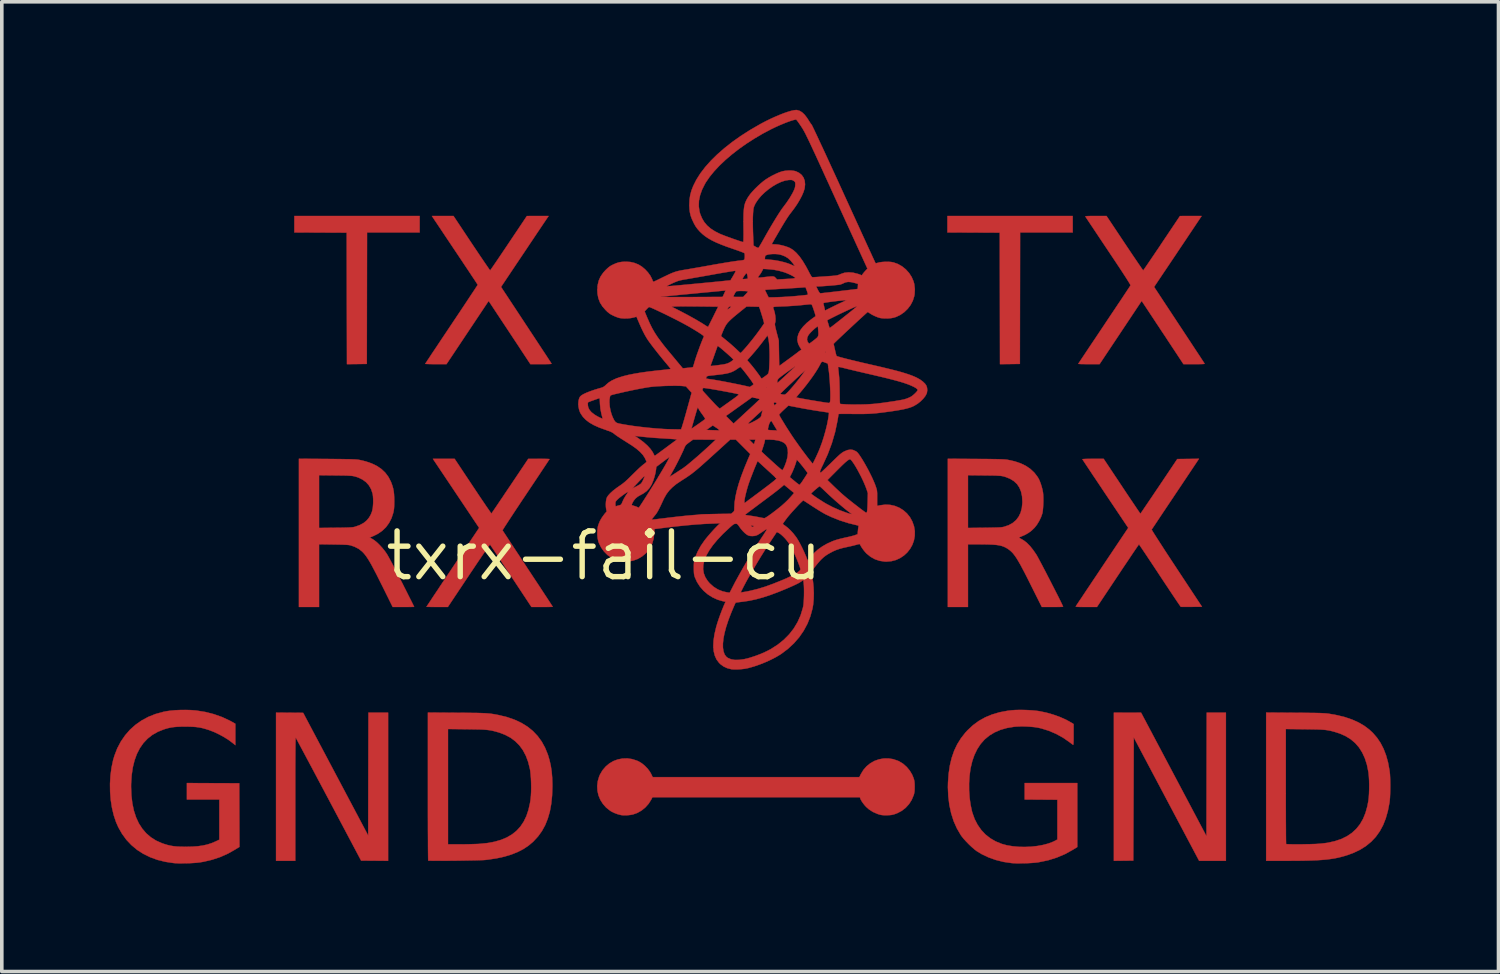
<source format=kicad_pcb>
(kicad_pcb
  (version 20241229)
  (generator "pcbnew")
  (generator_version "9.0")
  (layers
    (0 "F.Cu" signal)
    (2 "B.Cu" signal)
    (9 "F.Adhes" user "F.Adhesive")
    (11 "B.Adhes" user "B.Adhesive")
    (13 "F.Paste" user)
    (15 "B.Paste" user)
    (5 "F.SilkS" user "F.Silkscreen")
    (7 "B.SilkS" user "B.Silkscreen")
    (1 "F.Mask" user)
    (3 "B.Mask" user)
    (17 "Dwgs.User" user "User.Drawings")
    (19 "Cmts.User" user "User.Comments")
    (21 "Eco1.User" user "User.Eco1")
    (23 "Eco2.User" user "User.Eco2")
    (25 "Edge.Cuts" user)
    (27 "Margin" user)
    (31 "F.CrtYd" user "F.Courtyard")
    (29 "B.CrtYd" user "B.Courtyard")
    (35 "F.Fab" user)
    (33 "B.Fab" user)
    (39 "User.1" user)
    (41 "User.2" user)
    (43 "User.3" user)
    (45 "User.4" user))
  (footprint "txrx-fail-cu"
    (layer "F.Cu")
    (at 13.722 12.384)
    (property "Reference" "txrx-fail-cu" (at 0 0 0) (layer "F.SilkS") (effects (font (size 1.27 1.27) (thickness 0.15))))
    (attr through_hole)
    (fp_poly (pts (xy -5.118 -8.979) (xy -6.579 -8.979) (xy -6.585 -5.328) (xy -6.861 -5.324) (xy -7.137 -5.321) (xy -7.141 -7.147) (xy -7.144 -8.973) (xy -7.871 -8.976) (xy -8.598 -8.979) (xy -8.598 -9.436) (xy -5.118 -9.436) (xy -5.118 -8.979)) (stroke (width 0.01) (type solid)) (fill yes) (layer "F.Cu"))
    (fp_poly (pts (xy 13.018 -8.979) (xy 11.557 -8.979) (xy 11.551 -5.328) (xy 11.274 -5.324) (xy 10.998 -5.321) (xy 10.995 -7.147) (xy 10.992 -8.973) (xy 10.265 -8.976) (xy 9.538 -8.979) (xy 9.538 -9.436) (xy 13.018 -9.436) (xy 13.018 -8.979)) (stroke (width 0.01) (type solid)) (fill yes) (layer "F.Cu"))
    (fp_poly (pts (xy 17.272 8.471) (xy 16.901 8.471) (xy 16.529 8.471) (xy 14.713 5.044) (xy 14.707 6.754) (xy 14.7 8.465) (xy 14.43 8.468) (xy 14.161 8.471) (xy 14.161 4.356) (xy 14.916 4.357) (xy 16.732 7.786) (xy 16.735 6.071) (xy 16.739 4.356) (xy 17.272 4.356) (xy 17.272 8.471)) (stroke (width 0.01) (type solid)) (fill yes) (layer "F.Cu"))
    (fp_poly (pts (xy -8.729 4.359) (xy -8.353 4.362) (xy -7.45 6.066) (xy -6.547 7.77) (xy -6.544 6.063) (xy -6.54 4.356) (xy -5.994 4.356) (xy -5.994 8.471) (xy -6.369 8.468) (xy -6.744 8.465) (xy -7.646 6.763) (xy -7.749 6.569) (xy -7.849 6.381) (xy -7.945 6.201) (xy -8.036 6.029) (xy -8.122 5.867) (xy -8.203 5.716) (xy -8.277 5.577) (xy -8.344 5.451) (xy -8.403 5.341) (xy -8.454 5.246) (xy -8.495 5.168) (xy -8.527 5.109) (xy -8.549 5.069) (xy -8.56 5.05) (xy -8.561 5.049) (xy -8.562 5.06) (xy -8.564 5.095) (xy -8.565 5.155) (xy -8.567 5.238) (xy -8.568 5.344) (xy -8.569 5.472) (xy -8.57 5.621) (xy -8.571 5.791) (xy -8.572 5.982) (xy -8.572 6.192) (xy -8.572 6.421) (xy -8.572 6.668) (xy -8.572 6.754) (xy -8.572 8.471) (xy -9.106 8.471) (xy -9.106 4.356) (xy -8.729 4.359)) (stroke (width 0.01) (type solid)) (fill yes) (layer "F.Cu"))
    (fp_poly (pts (xy 0.783 5.647) (xy 0.917 5.69) (xy 0.965 5.712) (xy 1.052 5.764) (xy 1.137 5.834) (xy 1.215 5.915) (xy 1.278 6) (xy 1.309 6.055) (xy 1.353 6.147) (xy 4.223 6.147) (xy 7.094 6.147) (xy 7.133 6.067) (xy 7.205 5.948) (xy 7.294 5.846) (xy 7.397 5.763) (xy 7.512 5.698) (xy 7.635 5.654) (xy 7.764 5.63) (xy 7.897 5.628) (xy 8.03 5.648) (xy 8.162 5.693) (xy 8.2 5.71) (xy 8.309 5.777) (xy 8.408 5.865) (xy 8.493 5.968) (xy 8.56 6.081) (xy 8.569 6.102) (xy 8.595 6.167) (xy 8.613 6.222) (xy 8.623 6.276) (xy 8.628 6.339) (xy 8.629 6.413) (xy 8.628 6.489) (xy 8.624 6.548) (xy 8.615 6.598) (xy 8.602 6.648) (xy 8.601 6.648) (xy 8.547 6.778) (xy 8.472 6.896) (xy 8.379 6.998) (xy 8.27 7.083) (xy 8.146 7.148) (xy 8.085 7.171) (xy 8.03 7.188) (xy 7.98 7.198) (xy 7.926 7.203) (xy 7.858 7.205) (xy 7.842 7.205) (xy 7.775 7.205) (xy 7.724 7.201) (xy 7.68 7.194) (xy 7.634 7.181) (xy 7.594 7.168) (xy 7.467 7.112) (xy 7.356 7.04) (xy 7.284 6.976) (xy 7.243 6.932) (xy 7.202 6.88) (xy 7.164 6.826) (xy 7.135 6.777) (xy 7.118 6.739) (xy 7.117 6.735) (xy 7.109 6.706) (xy 1.347 6.706) (xy 1.316 6.766) (xy 1.242 6.885) (xy 1.15 6.988) (xy 1.043 7.075) (xy 0.924 7.142) (xy 0.808 7.183) (xy 0.741 7.196) (xy 0.662 7.205) (xy 0.58 7.208) (xy 0.507 7.205) (xy 0.474 7.2) (xy 0.386 7.178) (xy 0.294 7.144) (xy 0.209 7.103) (xy 0.174 7.081) (xy 0.063 6.994) (xy -0.028 6.891) (xy -0.1 6.778) (xy -0.151 6.655) (xy -0.18 6.526) (xy -0.187 6.393) (xy -0.171 6.259) (xy -0.132 6.127) (xy -0.11 6.077) (xy -0.039 5.956) (xy 0.049 5.853) (xy 0.151 5.767) (xy 0.264 5.701) (xy 0.386 5.656) (xy 0.516 5.631) (xy 0.649 5.627) (xy 0.783 5.647)) (stroke (width 0.01) (type solid)) (fill yes) (layer "F.Cu"))
    (fp_poly (pts (xy -11.468 4.286) (xy -11.339 4.296) (xy -11.321 4.298) (xy -11.072 4.338) (xy -10.832 4.399) (xy -10.603 4.48) (xy -10.389 4.58) (xy -10.328 4.613) (xy -10.236 4.665) (xy -10.236 5.26) (xy -10.297 5.21) (xy -10.41 5.124) (xy -10.54 5.041) (xy -10.681 4.963) (xy -10.824 4.895) (xy -10.961 4.842) (xy -10.966 4.84) (xy -11.067 4.809) (xy -11.157 4.784) (xy -11.243 4.767) (xy -11.332 4.755) (xy -11.431 4.748) (xy -11.544 4.745) (xy -11.62 4.744) (xy -11.743 4.745) (xy -11.845 4.749) (xy -11.933 4.756) (xy -12.013 4.767) (xy -12.09 4.783) (xy -12.17 4.805) (xy -12.224 4.822) (xy -12.39 4.888) (xy -12.539 4.973) (xy -12.672 5.077) (xy -12.789 5.2) (xy -12.888 5.342) (xy -12.971 5.503) (xy -13.036 5.682) (xy -13.085 5.88) (xy -13.116 6.096) (xy -13.131 6.33) (xy -13.132 6.413) (xy -13.123 6.654) (xy -13.097 6.875) (xy -13.054 7.079) (xy -12.994 7.264) (xy -12.917 7.431) (xy -12.822 7.578) (xy -12.711 7.708) (xy -12.583 7.818) (xy -12.438 7.91) (xy -12.276 7.982) (xy -12.209 8.005) (xy -12.119 8.032) (xy -12.034 8.052) (xy -11.948 8.066) (xy -11.855 8.075) (xy -11.749 8.08) (xy -11.625 8.082) (xy -11.608 8.082) (xy -11.433 8.078) (xy -11.279 8.067) (xy -11.14 8.047) (xy -11.014 8.019) (xy -10.894 7.98) (xy -10.778 7.931) (xy -10.775 7.929) (xy -10.681 7.885) (xy -10.681 6.769) (xy -11.582 6.769) (xy -11.582 6.312) (xy -10.855 6.315) (xy -10.128 6.318) (xy -10.122 8.084) (xy -10.227 8.149) (xy -10.438 8.269) (xy -10.655 8.366) (xy -10.881 8.441) (xy -11.118 8.497) (xy -11.227 8.515) (xy -11.302 8.524) (xy -11.396 8.531) (xy -11.5 8.537) (xy -11.61 8.54) (xy -11.718 8.541) (xy -11.818 8.541) (xy -11.903 8.537) (xy -11.944 8.534) (xy -12.179 8.499) (xy -12.399 8.445) (xy -12.604 8.37) (xy -12.793 8.277) (xy -12.967 8.165) (xy -13.123 8.034) (xy -13.263 7.886) (xy -13.384 7.719) (xy -13.488 7.536) (xy -13.549 7.397) (xy -13.613 7.206) (xy -13.662 7) (xy -13.696 6.782) (xy -13.714 6.557) (xy -13.717 6.33) (xy -13.704 6.104) (xy -13.675 5.885) (xy -13.631 5.677) (xy -13.594 5.552) (xy -13.515 5.347) (xy -13.415 5.158) (xy -13.297 4.986) (xy -13.161 4.83) (xy -13.008 4.693) (xy -12.838 4.574) (xy -12.652 4.474) (xy -12.452 4.394) (xy -12.237 4.335) (xy -12.147 4.317) (xy -12.031 4.301) (xy -11.898 4.289) (xy -11.754 4.283) (xy -11.609 4.282) (xy -11.468 4.286)) (stroke (width 0.01) (type solid)) (fill yes) (layer "F.Cu"))
    (fp_poly (pts (xy -3.675 -8.68) (xy -3.592 -8.556) (xy -3.513 -8.438) (xy -3.439 -8.328) (xy -3.371 -8.228) (xy -3.311 -8.139) (xy -3.259 -8.064) (xy -3.217 -8.003) (xy -3.186 -7.958) (xy -3.167 -7.932) (xy -3.161 -7.925) (xy -3.153 -7.935) (xy -3.131 -7.965) (xy -3.098 -8.012) (xy -3.054 -8.076) (xy -3.001 -8.154) (xy -2.939 -8.245) (xy -2.87 -8.347) (xy -2.795 -8.458) (xy -2.715 -8.577) (xy -2.646 -8.68) (xy -2.14 -9.435) (xy -1.839 -9.436) (xy -1.537 -9.436) (xy -1.745 -9.128) (xy -1.79 -9.06) (xy -1.848 -8.975) (xy -1.915 -8.874) (xy -1.991 -8.761) (xy -2.073 -8.639) (xy -2.158 -8.511) (xy -2.246 -8.38) (xy -2.334 -8.249) (xy -2.405 -8.143) (xy -2.858 -7.466) (xy -2.161 -6.409) (xy -2.064 -6.261) (xy -1.97 -6.119) (xy -1.881 -5.984) (xy -1.798 -5.858) (xy -1.722 -5.742) (xy -1.653 -5.638) (xy -1.593 -5.547) (xy -1.543 -5.47) (xy -1.503 -5.409) (xy -1.475 -5.366) (xy -1.459 -5.342) (xy -1.456 -5.337) (xy -1.458 -5.332) (xy -1.472 -5.328) (xy -1.501 -5.325) (xy -1.548 -5.323) (xy -1.614 -5.322) (xy -1.702 -5.321) (xy -1.744 -5.321) (xy -2.042 -5.321) (xy -2.258 -5.648) (xy -2.31 -5.727) (xy -2.373 -5.824) (xy -2.446 -5.934) (xy -2.525 -6.053) (xy -2.607 -6.178) (xy -2.691 -6.305) (xy -2.774 -6.43) (xy -2.838 -6.526) (xy -3.202 -7.077) (xy -4.373 -5.321) (xy -4.67 -5.321) (xy -4.754 -5.322) (xy -4.828 -5.323) (xy -4.889 -5.325) (xy -4.934 -5.327) (xy -4.959 -5.329) (xy -4.964 -5.331) (xy -4.956 -5.343) (xy -4.935 -5.374) (xy -4.903 -5.424) (xy -4.858 -5.49) (xy -4.804 -5.573) (xy -4.74 -5.669) (xy -4.667 -5.777) (xy -4.587 -5.898) (xy -4.501 -6.027) (xy -4.408 -6.166) (xy -4.311 -6.311) (xy -4.232 -6.429) (xy -4.132 -6.579) (xy -4.036 -6.723) (xy -3.945 -6.859) (xy -3.86 -6.987) (xy -3.782 -7.105) (xy -3.712 -7.211) (xy -3.65 -7.304) (xy -3.598 -7.382) (xy -3.557 -7.445) (xy -3.527 -7.491) (xy -3.51 -7.518) (xy -3.505 -7.525) (xy -3.512 -7.536) (xy -3.532 -7.567) (xy -3.564 -7.616) (xy -3.607 -7.682) (xy -3.661 -7.762) (xy -3.723 -7.856) (xy -3.793 -7.962) (xy -3.871 -8.078) (xy -3.954 -8.203) (xy -4.043 -8.336) (xy -4.118 -8.448) (xy -4.21 -8.586) (xy -4.299 -8.719) (xy -4.383 -8.844) (xy -4.461 -8.961) (xy -4.532 -9.068) (xy -4.595 -9.162) (xy -4.649 -9.243) (xy -4.694 -9.309) (xy -4.727 -9.359) (xy -4.747 -9.39) (xy -4.754 -9.4) (xy -4.778 -9.436) (xy -4.178 -9.436) (xy -3.675 -8.68)) (stroke (width 0.01) (type solid)) (fill yes) (layer "F.Cu"))
    (fp_poly (pts (xy 11.662 4.282) (xy 11.791 4.287) (xy 11.916 4.295) (xy 12.028 4.307) (xy 12.097 4.317) (xy 12.292 4.358) (xy 12.483 4.413) (xy 12.666 4.479) (xy 12.835 4.554) (xy 12.984 4.637) (xy 12.991 4.641) (xy 13.043 4.674) (xy 13.043 4.967) (xy 13.043 5.063) (xy 13.042 5.137) (xy 13.04 5.19) (xy 13.037 5.225) (xy 13.034 5.244) (xy 13.029 5.25) (xy 13.027 5.25) (xy 13.01 5.238) (xy 12.979 5.214) (xy 12.94 5.185) (xy 12.935 5.181) (xy 12.753 5.054) (xy 12.557 4.946) (xy 12.353 4.859) (xy 12.144 4.794) (xy 12.056 4.774) (xy 11.953 4.758) (xy 11.834 4.747) (xy 11.707 4.74) (xy 11.581 4.739) (xy 11.463 4.743) (xy 11.392 4.749) (xy 11.194 4.782) (xy 11.014 4.833) (xy 10.851 4.903) (xy 10.705 4.991) (xy 10.576 5.097) (xy 10.563 5.11) (xy 10.458 5.23) (xy 10.366 5.371) (xy 10.289 5.53) (xy 10.228 5.704) (xy 10.183 5.893) (xy 10.178 5.918) (xy 10.153 6.112) (xy 10.14 6.315) (xy 10.141 6.521) (xy 10.155 6.725) (xy 10.182 6.919) (xy 10.221 7.099) (xy 10.231 7.134) (xy 10.294 7.311) (xy 10.377 7.472) (xy 10.477 7.615) (xy 10.594 7.74) (xy 10.729 7.846) (xy 10.879 7.933) (xy 11.045 8.001) (xy 11.188 8.04) (xy 11.349 8.067) (xy 11.518 8.083) (xy 11.691 8.086) (xy 11.864 8.079) (xy 12.033 8.06) (xy 12.193 8.031) (xy 12.34 7.992) (xy 12.47 7.943) (xy 12.537 7.91) (xy 12.592 7.88) (xy 12.592 6.775) (xy 12.138 6.772) (xy 11.684 6.769) (xy 11.684 6.312) (xy 13.145 6.312) (xy 13.145 8.088) (xy 13.027 8.161) (xy 12.809 8.282) (xy 12.578 8.38) (xy 12.336 8.456) (xy 12.081 8.509) (xy 12.037 8.516) (xy 11.963 8.524) (xy 11.87 8.531) (xy 11.766 8.537) (xy 11.657 8.54) (xy 11.55 8.541) (xy 11.45 8.541) (xy 11.365 8.537) (xy 11.322 8.534) (xy 11.097 8.501) (xy 10.881 8.447) (xy 10.678 8.375) (xy 10.489 8.285) (xy 10.351 8.201) (xy 10.287 8.152) (xy 10.213 8.088) (xy 10.136 8.015) (xy 10.06 7.937) (xy 9.99 7.86) (xy 9.933 7.789) (xy 9.908 7.753) (xy 9.801 7.569) (xy 9.712 7.369) (xy 9.643 7.153) (xy 9.593 6.924) (xy 9.563 6.683) (xy 9.552 6.431) (xy 9.555 6.297) (xy 9.573 6.05) (xy 9.607 5.821) (xy 9.658 5.61) (xy 9.726 5.414) (xy 9.812 5.233) (xy 9.917 5.065) (xy 10.04 4.908) (xy 10.099 4.845) (xy 10.249 4.705) (xy 10.411 4.586) (xy 10.588 4.487) (xy 10.778 4.408) (xy 10.985 4.347) (xy 11.208 4.305) (xy 11.314 4.292) (xy 11.416 4.284) (xy 11.534 4.281) (xy 11.662 4.282)) (stroke (width 0.01) (type solid)) (fill yes) (layer "F.Cu"))
    (fp_poly (pts (xy 15.872 -1.718) (xy 15.777 -1.576) (xy 15.686 -1.44) (xy 15.6 -1.312) (xy 15.52 -1.192) (xy 15.447 -1.083) (xy 15.382 -0.985) (xy 15.326 -0.901) (xy 15.28 -0.832) (xy 15.245 -0.779) (xy 15.221 -0.744) (xy 15.211 -0.729) (xy 15.211 -0.728) (xy 15.216 -0.716) (xy 15.235 -0.684) (xy 15.266 -0.633) (xy 15.309 -0.565) (xy 15.362 -0.482) (xy 15.425 -0.384) (xy 15.497 -0.273) (xy 15.576 -0.15) (xy 15.663 -0.017) (xy 15.756 0.125) (xy 15.855 0.275) (xy 15.905 0.351) (xy 16.608 1.416) (xy 16.321 1.419) (xy 16.238 1.42) (xy 16.163 1.42) (xy 16.1 1.42) (xy 16.053 1.419) (xy 16.025 1.418) (xy 16.02 1.418) (xy 16.011 1.406) (xy 15.99 1.376) (xy 15.956 1.327) (xy 15.911 1.261) (xy 15.857 1.181) (xy 15.795 1.088) (xy 15.724 0.982) (xy 15.648 0.867) (xy 15.565 0.743) (xy 15.479 0.612) (xy 15.436 0.548) (xy 15.348 0.414) (xy 15.264 0.287) (xy 15.185 0.168) (xy 15.112 0.058) (xy 15.046 -0.041) (xy 14.988 -0.127) (xy 14.94 -0.199) (xy 14.901 -0.255) (xy 14.875 -0.294) (xy 14.86 -0.315) (xy 14.858 -0.317) (xy 14.85 -0.307) (xy 14.829 -0.277) (xy 14.796 -0.229) (xy 14.752 -0.165) (xy 14.698 -0.086) (xy 14.636 0.007) (xy 14.566 0.112) (xy 14.489 0.226) (xy 14.406 0.349) (xy 14.319 0.48) (xy 14.271 0.552) (xy 13.691 1.422) (xy 13.392 1.422) (xy 13.295 1.422) (xy 13.222 1.421) (xy 13.169 1.42) (xy 13.133 1.418) (xy 13.112 1.415) (xy 13.103 1.41) (xy 13.103 1.405) (xy 13.111 1.392) (xy 13.132 1.36) (xy 13.166 1.309) (xy 13.211 1.241) (xy 13.267 1.159) (xy 13.331 1.062) (xy 13.404 0.952) (xy 13.485 0.832) (xy 13.572 0.701) (xy 13.665 0.563) (xy 13.762 0.417) (xy 13.836 0.306) (xy 14.56 -0.775) (xy 13.925 -1.722) (xy 13.832 -1.862) (xy 13.742 -1.996) (xy 13.658 -2.122) (xy 13.579 -2.239) (xy 13.508 -2.346) (xy 13.445 -2.441) (xy 13.391 -2.522) (xy 13.347 -2.588) (xy 13.314 -2.638) (xy 13.294 -2.669) (xy 13.286 -2.681) (xy 13.297 -2.684) (xy 13.33 -2.687) (xy 13.382 -2.69) (xy 13.45 -2.691) (xy 13.53 -2.692) (xy 13.58 -2.692) (xy 13.877 -2.692) (xy 14.384 -1.931) (xy 14.467 -1.806) (xy 14.546 -1.687) (xy 14.62 -1.577) (xy 14.688 -1.476) (xy 14.748 -1.387) (xy 14.799 -1.311) (xy 14.841 -1.249) (xy 14.872 -1.204) (xy 14.891 -1.177) (xy 14.897 -1.169) (xy 14.905 -1.179) (xy 14.926 -1.209) (xy 14.959 -1.256) (xy 15.002 -1.32) (xy 15.055 -1.398) (xy 15.117 -1.489) (xy 15.186 -1.591) (xy 15.261 -1.702) (xy 15.341 -1.821) (xy 15.413 -1.927) (xy 15.922 -2.686) (xy 16.524 -2.693) (xy 15.872 -1.718)) (stroke (width 0.01) (type solid)) (fill yes) (layer "F.Cu"))
    (fp_poly (pts (xy 14.461 -8.68) (xy 14.544 -8.556) (xy 14.623 -8.438) (xy 14.697 -8.328) (xy 14.765 -8.228) (xy 14.825 -8.139) (xy 14.877 -8.064) (xy 14.918 -8.003) (xy 14.95 -7.958) (xy 14.969 -7.932) (xy 14.975 -7.925) (xy 14.983 -7.935) (xy 15.005 -7.965) (xy 15.038 -8.012) (xy 15.082 -8.076) (xy 15.135 -8.154) (xy 15.197 -8.245) (xy 15.266 -8.347) (xy 15.341 -8.458) (xy 15.422 -8.577) (xy 15.49 -8.68) (xy 15.996 -9.435) (xy 16.297 -9.436) (xy 16.598 -9.436) (xy 16.184 -8.817) (xy 16.099 -8.69) (xy 16.01 -8.558) (xy 15.92 -8.423) (xy 15.832 -8.291) (xy 15.747 -8.165) (xy 15.668 -8.047) (xy 15.598 -7.943) (xy 15.538 -7.854) (xy 15.523 -7.832) (xy 15.278 -7.466) (xy 15.974 -6.41) (xy 16.072 -6.262) (xy 16.166 -6.119) (xy 16.255 -5.984) (xy 16.338 -5.858) (xy 16.414 -5.742) (xy 16.483 -5.638) (xy 16.543 -5.547) (xy 16.593 -5.47) (xy 16.633 -5.409) (xy 16.661 -5.366) (xy 16.677 -5.342) (xy 16.68 -5.337) (xy 16.678 -5.332) (xy 16.664 -5.328) (xy 16.634 -5.325) (xy 16.588 -5.323) (xy 16.522 -5.322) (xy 16.434 -5.321) (xy 16.392 -5.321) (xy 16.094 -5.321) (xy 15.899 -5.617) (xy 15.853 -5.687) (xy 15.795 -5.774) (xy 15.728 -5.876) (xy 15.653 -5.989) (xy 15.574 -6.11) (xy 15.491 -6.234) (xy 15.409 -6.359) (xy 15.328 -6.48) (xy 15.319 -6.495) (xy 14.933 -7.078) (xy 14.348 -6.199) (xy 13.763 -5.321) (xy 13.465 -5.321) (xy 13.382 -5.322) (xy 13.308 -5.323) (xy 13.246 -5.324) (xy 13.201 -5.327) (xy 13.176 -5.329) (xy 13.172 -5.331) (xy 13.18 -5.342) (xy 13.2 -5.374) (xy 13.233 -5.423) (xy 13.277 -5.49) (xy 13.332 -5.572) (xy 13.396 -5.668) (xy 13.468 -5.776) (xy 13.548 -5.896) (xy 13.635 -6.025) (xy 13.727 -6.163) (xy 13.824 -6.308) (xy 13.894 -6.413) (xy 13.993 -6.562) (xy 14.089 -6.705) (xy 14.18 -6.841) (xy 14.265 -6.969) (xy 14.344 -7.086) (xy 14.414 -7.192) (xy 14.476 -7.285) (xy 14.528 -7.364) (xy 14.57 -7.427) (xy 14.6 -7.473) (xy 14.618 -7.5) (xy 14.622 -7.507) (xy 14.621 -7.516) (xy 14.612 -7.535) (xy 14.595 -7.566) (xy 14.569 -7.609) (xy 14.534 -7.665) (xy 14.489 -7.736) (xy 14.433 -7.822) (xy 14.366 -7.925) (xy 14.287 -8.044) (xy 14.195 -8.183) (xy 14.09 -8.34) (xy 14.006 -8.466) (xy 13.913 -8.605) (xy 13.824 -8.738) (xy 13.74 -8.864) (xy 13.662 -8.981) (xy 13.591 -9.088) (xy 13.528 -9.182) (xy 13.474 -9.263) (xy 13.43 -9.329) (xy 13.397 -9.378) (xy 13.377 -9.409) (xy 13.369 -9.42) (xy 13.371 -9.425) (xy 13.384 -9.429) (xy 13.412 -9.432) (xy 13.457 -9.434) (xy 13.522 -9.436) (xy 13.608 -9.436) (xy 13.658 -9.436) (xy 13.957 -9.436) (xy 14.461 -8.68)) (stroke (width 0.01) (type solid)) (fill yes) (layer "F.Cu"))
    (fp_poly (pts (xy -4.448 -2.692) (xy -4.147 -2.692) (xy -3.64 -1.93) (xy -3.557 -1.806) (xy -3.478 -1.687) (xy -3.404 -1.577) (xy -3.336 -1.477) (xy -3.276 -1.388) (xy -3.224 -1.313) (xy -3.182 -1.252) (xy -3.151 -1.208) (xy -3.131 -1.181) (xy -3.125 -1.174) (xy -3.117 -1.185) (xy -3.095 -1.216) (xy -3.062 -1.264) (xy -3.018 -1.329) (xy -2.965 -1.407) (xy -2.903 -1.499) (xy -2.834 -1.601) (xy -2.759 -1.713) (xy -2.679 -1.832) (xy -2.609 -1.935) (xy -2.102 -2.691) (xy -1.807 -2.692) (xy -1.723 -2.692) (xy -1.649 -2.691) (xy -1.587 -2.69) (xy -1.541 -2.688) (xy -1.516 -2.686) (xy -1.511 -2.685) (xy -1.518 -2.674) (xy -1.538 -2.643) (xy -1.571 -2.593) (xy -1.614 -2.528) (xy -1.668 -2.447) (xy -1.731 -2.352) (xy -1.802 -2.245) (xy -1.88 -2.128) (xy -1.965 -2.001) (xy -2.055 -1.866) (xy -2.149 -1.725) (xy -2.166 -1.699) (xy -2.261 -1.558) (xy -2.352 -1.421) (xy -2.437 -1.293) (xy -2.516 -1.173) (xy -2.588 -1.063) (xy -2.652 -0.966) (xy -2.707 -0.881) (xy -2.752 -0.812) (xy -2.785 -0.759) (xy -2.807 -0.724) (xy -2.815 -0.708) (xy -2.815 -0.707) (xy -2.808 -0.694) (xy -2.787 -0.662) (xy -2.754 -0.612) (xy -2.71 -0.544) (xy -2.656 -0.462) (xy -2.593 -0.365) (xy -2.521 -0.256) (xy -2.442 -0.136) (xy -2.356 -0.006) (xy -2.266 0.132) (xy -2.17 0.276) (xy -2.116 0.359) (xy -2.019 0.506) (xy -1.926 0.647) (xy -1.837 0.781) (xy -1.755 0.906) (xy -1.68 1.021) (xy -1.612 1.124) (xy -1.553 1.214) (xy -1.504 1.289) (xy -1.466 1.348) (xy -1.439 1.389) (xy -1.425 1.412) (xy -1.422 1.416) (xy -1.435 1.418) (xy -1.468 1.419) (xy -1.521 1.421) (xy -1.588 1.422) (xy -1.666 1.422) (xy -1.718 1.422) (xy -2.013 1.422) (xy -2.584 0.558) (xy -2.672 0.424) (xy -2.757 0.297) (xy -2.836 0.177) (xy -2.909 0.067) (xy -2.975 -0.032) (xy -3.033 -0.119) (xy -3.082 -0.192) (xy -3.121 -0.249) (xy -3.148 -0.289) (xy -3.162 -0.31) (xy -3.165 -0.313) (xy -3.173 -0.303) (xy -3.194 -0.274) (xy -3.228 -0.227) (xy -3.272 -0.164) (xy -3.326 -0.085) (xy -3.388 0.007) (xy -3.459 0.111) (xy -3.536 0.225) (xy -3.618 0.348) (xy -3.706 0.478) (xy -3.755 0.552) (xy -4.335 1.422) (xy -4.631 1.422) (xy -4.715 1.422) (xy -4.79 1.421) (xy -4.851 1.42) (xy -4.897 1.419) (xy -4.923 1.417) (xy -4.928 1.416) (xy -4.921 1.405) (xy -4.901 1.374) (xy -4.868 1.325) (xy -4.824 1.259) (xy -4.77 1.177) (xy -4.707 1.081) (xy -4.634 0.973) (xy -4.555 0.853) (xy -4.468 0.723) (xy -4.376 0.585) (xy -4.279 0.44) (xy -4.197 0.317) (xy -3.466 -0.775) (xy -4.108 -1.734) (xy -4.75 -2.692) (xy -4.448 -2.692)) (stroke (width 0.01) (type solid)) (fill yes) (layer "F.Cu"))
    (fp_poly (pts (xy -4.086 4.36) (xy -3.914 4.361) (xy -3.765 4.362) (xy -3.637 4.364) (xy -3.526 4.365) (xy -3.432 4.368) (xy -3.35 4.371) (xy -3.28 4.374) (xy -3.218 4.379) (xy -3.162 4.384) (xy -3.109 4.391) (xy -3.058 4.399) (xy -3.005 4.408) (xy -2.949 4.419) (xy -2.914 4.426) (xy -2.687 4.482) (xy -2.48 4.554) (xy -2.292 4.642) (xy -2.123 4.746) (xy -1.974 4.866) (xy -1.843 5.004) (xy -1.73 5.158) (xy -1.636 5.329) (xy -1.559 5.518) (xy -1.555 5.53) (xy -1.511 5.678) (xy -1.477 5.828) (xy -1.453 5.985) (xy -1.438 6.154) (xy -1.432 6.34) (xy -1.432 6.407) (xy -1.44 6.658) (xy -1.464 6.89) (xy -1.503 7.104) (xy -1.56 7.3) (xy -1.632 7.48) (xy -1.722 7.644) (xy -1.83 7.794) (xy -1.955 7.929) (xy -1.963 7.938) (xy -2.092 8.047) (xy -2.235 8.143) (xy -2.393 8.225) (xy -2.568 8.295) (xy -2.761 8.354) (xy -2.974 8.401) (xy -3.209 8.437) (xy -3.283 8.446) (xy -3.318 8.449) (xy -3.374 8.452) (xy -3.447 8.454) (xy -3.535 8.457) (xy -3.636 8.459) (xy -3.747 8.461) (xy -3.864 8.463) (xy -3.987 8.465) (xy -4.111 8.467) (xy -4.234 8.468) (xy -4.355 8.469) (xy -4.469 8.469) (xy -4.574 8.47) (xy -4.668 8.47) (xy -4.748 8.469) (xy -4.811 8.468) (xy -4.856 8.467) (xy -4.878 8.465) (xy -4.88 8.464) (xy -4.881 8.45) (xy -4.882 8.413) (xy -4.883 8.352) (xy -4.884 8.271) (xy -4.885 8.169) (xy -4.886 8.048) (xy -4.886 8.014) (xy -4.331 8.014) (xy -3.997 8.014) (xy -3.894 8.013) (xy -3.785 8.012) (xy -3.679 8.009) (xy -3.582 8.006) (xy -3.5 8.003) (xy -3.464 8.001) (xy -3.242 7.979) (xy -3.04 7.942) (xy -2.859 7.89) (xy -2.696 7.822) (xy -2.553 7.738) (xy -2.427 7.637) (xy -2.319 7.519) (xy -2.228 7.383) (xy -2.154 7.229) (xy -2.096 7.056) (xy -2.053 6.864) (xy -2.037 6.763) (xy -2.028 6.667) (xy -2.022 6.556) (xy -2.02 6.434) (xy -2.022 6.308) (xy -2.027 6.184) (xy -2.036 6.069) (xy -2.047 5.969) (xy -2.057 5.914) (xy -2.105 5.723) (xy -2.169 5.552) (xy -2.25 5.399) (xy -2.348 5.265) (xy -2.464 5.149) (xy -2.596 5.051) (xy -2.747 4.971) (xy -2.916 4.907) (xy -2.953 4.897) (xy -3.015 4.879) (xy -3.071 4.865) (xy -3.124 4.853) (xy -3.177 4.844) (xy -3.233 4.837) (xy -3.295 4.831) (xy -3.368 4.826) (xy -3.453 4.823) (xy -3.555 4.821) (xy -3.676 4.819) (xy -3.807 4.817) (xy -4.331 4.811) (xy -4.331 8.014) (xy -4.886 8.014) (xy -4.886 7.911) (xy -4.887 7.757) (xy -4.888 7.589) (xy -4.888 7.407) (xy -4.889 7.214) (xy -4.889 7.01) (xy -4.889 6.796) (xy -4.889 6.575) (xy -4.889 6.404) (xy -4.889 4.354) (xy -4.086 4.36)) (stroke (width 0.01) (type solid)) (fill yes) (layer "F.Cu"))
    (fp_poly (pts (xy 19.187 4.36) (xy 19.356 4.361) (xy 19.503 4.362) (xy 19.628 4.364) (xy 19.735 4.365) (xy 19.825 4.367) (xy 19.9 4.369) (xy 19.963 4.372) (xy 20.015 4.375) (xy 20.059 4.378) (xy 20.097 4.382) (xy 20.129 4.386) (xy 20.367 4.429) (xy 20.583 4.483) (xy 20.779 4.55) (xy 20.955 4.629) (xy 21.114 4.722) (xy 21.256 4.829) (xy 21.352 4.918) (xy 21.468 5.052) (xy 21.567 5.199) (xy 21.651 5.362) (xy 21.72 5.542) (xy 21.775 5.74) (xy 21.815 5.959) (xy 21.82 5.994) (xy 21.828 6.069) (xy 21.833 6.163) (xy 21.836 6.271) (xy 21.837 6.387) (xy 21.836 6.505) (xy 21.833 6.618) (xy 21.828 6.722) (xy 21.82 6.81) (xy 21.814 6.858) (xy 21.77 7.086) (xy 21.711 7.294) (xy 21.636 7.483) (xy 21.544 7.653) (xy 21.435 7.805) (xy 21.308 7.94) (xy 21.163 8.059) (xy 21 8.162) (xy 20.818 8.249) (xy 20.666 8.306) (xy 20.571 8.336) (xy 20.477 8.362) (xy 20.382 8.385) (xy 20.283 8.405) (xy 20.179 8.421) (xy 20.066 8.435) (xy 19.943 8.446) (xy 19.808 8.455) (xy 19.657 8.461) (xy 19.489 8.466) (xy 19.301 8.469) (xy 19.092 8.47) (xy 18.971 8.471) (xy 18.39 8.471) (xy 18.39 6.404) (xy 18.936 6.404) (xy 18.936 6.603) (xy 18.936 6.795) (xy 18.936 6.979) (xy 18.937 7.152) (xy 18.937 7.314) (xy 18.938 7.462) (xy 18.939 7.596) (xy 18.939 7.714) (xy 18.94 7.814) (xy 18.941 7.894) (xy 18.942 7.954) (xy 18.943 7.992) (xy 18.944 8.005) (xy 18.944 8.005) (xy 18.959 8.008) (xy 18.997 8.01) (xy 19.052 8.012) (xy 19.123 8.013) (xy 19.204 8.013) (xy 19.294 8.013) (xy 19.388 8.013) (xy 19.482 8.011) (xy 19.574 8.01) (xy 19.66 8.007) (xy 19.736 8.005) (xy 19.798 8.002) (xy 19.811 8.001) (xy 19.889 7.995) (xy 19.969 7.987) (xy 20.043 7.978) (xy 20.101 7.97) (xy 20.106 7.969) (xy 20.301 7.925) (xy 20.477 7.866) (xy 20.634 7.789) (xy 20.772 7.696) (xy 20.892 7.585) (xy 20.995 7.456) (xy 21.08 7.309) (xy 21.148 7.143) (xy 21.2 6.958) (xy 21.229 6.806) (xy 21.24 6.714) (xy 21.247 6.604) (xy 21.251 6.483) (xy 21.252 6.358) (xy 21.249 6.236) (xy 21.242 6.123) (xy 21.233 6.027) (xy 21.229 6.003) (xy 21.189 5.804) (xy 21.132 5.625) (xy 21.059 5.466) (xy 20.97 5.324) (xy 20.863 5.201) (xy 20.739 5.096) (xy 20.597 5.008) (xy 20.437 4.937) (xy 20.314 4.897) (xy 20.251 4.879) (xy 20.196 4.865) (xy 20.143 4.853) (xy 20.09 4.844) (xy 20.034 4.836) (xy 19.972 4.831) (xy 19.9 4.826) (xy 19.815 4.823) (xy 19.714 4.821) (xy 19.595 4.819) (xy 19.46 4.817) (xy 18.936 4.811) (xy 18.936 6.404) (xy 18.39 6.404) (xy 18.39 4.354) (xy 19.187 4.36)) (stroke (width 0.01) (type solid)) (fill yes) (layer "F.Cu"))
    (fp_poly (pts (xy 10.328 -2.689) (xy 10.494 -2.688) (xy 10.636 -2.687) (xy 10.757 -2.685) (xy 10.859 -2.684) (xy 10.944 -2.682) (xy 11.015 -2.68) (xy 11.073 -2.678) (xy 11.12 -2.675) (xy 11.16 -2.672) (xy 11.193 -2.668) (xy 11.222 -2.663) (xy 11.227 -2.662) (xy 11.411 -2.621) (xy 11.575 -2.565) (xy 11.719 -2.495) (xy 11.843 -2.41) (xy 11.95 -2.31) (xy 12.04 -2.193) (xy 12.069 -2.146) (xy 12.098 -2.086) (xy 12.128 -2.008) (xy 12.155 -1.922) (xy 12.178 -1.835) (xy 12.193 -1.755) (xy 12.199 -1.69) (xy 12.202 -1.609) (xy 12.203 -1.519) (xy 12.2 -1.427) (xy 12.195 -1.338) (xy 12.188 -1.26) (xy 12.179 -1.197) (xy 12.174 -1.175) (xy 12.137 -1.07) (xy 12.086 -0.964) (xy 12.025 -0.864) (xy 11.959 -0.78) (xy 11.955 -0.776) (xy 11.873 -0.697) (xy 11.781 -0.63) (xy 11.675 -0.572) (xy 11.55 -0.52) (xy 11.538 -0.516) (xy 11.527 -0.509) (xy 11.532 -0.5) (xy 11.555 -0.485) (xy 11.576 -0.474) (xy 11.664 -0.422) (xy 11.748 -0.355) (xy 11.832 -0.27) (xy 11.916 -0.165) (xy 12.004 -0.038) (xy 12.021 -0.011) (xy 12.046 0.035) (xy 12.08 0.098) (xy 12.121 0.175) (xy 12.168 0.263) (xy 12.219 0.361) (xy 12.274 0.465) (xy 12.33 0.575) (xy 12.388 0.687) (xy 12.445 0.799) (xy 12.501 0.908) (xy 12.554 1.013) (xy 12.604 1.11) (xy 12.648 1.198) (xy 12.686 1.275) (xy 12.716 1.337) (xy 12.737 1.383) (xy 12.749 1.409) (xy 12.751 1.415) (xy 12.739 1.417) (xy 12.705 1.419) (xy 12.652 1.421) (xy 12.585 1.422) (xy 12.507 1.422) (xy 12.455 1.422) (xy 12.16 1.422) (xy 11.857 0.816) (xy 11.773 0.648) (xy 11.699 0.502) (xy 11.632 0.375) (xy 11.574 0.265) (xy 11.521 0.172) (xy 11.474 0.093) (xy 11.431 0.027) (xy 11.39 -0.029) (xy 11.352 -0.076) (xy 11.314 -0.115) (xy 11.275 -0.149) (xy 11.235 -0.179) (xy 11.212 -0.195) (xy 11.16 -0.226) (xy 11.106 -0.252) (xy 11.046 -0.273) (xy 10.979 -0.289) (xy 10.9 -0.301) (xy 10.807 -0.309) (xy 10.697 -0.314) (xy 10.566 -0.317) (xy 10.451 -0.318) (xy 10.109 -0.318) (xy 10.109 1.422) (xy 9.55 1.422) (xy 9.55 -0.773) (xy 10.109 -0.773) (xy 10.57 -0.778) (xy 10.696 -0.78) (xy 10.801 -0.782) (xy 10.885 -0.784) (xy 10.953 -0.786) (xy 11.006 -0.789) (xy 11.047 -0.793) (xy 11.08 -0.798) (xy 11.108 -0.804) (xy 11.111 -0.805) (xy 11.242 -0.85) (xy 11.353 -0.912) (xy 11.445 -0.99) (xy 11.517 -1.085) (xy 11.571 -1.196) (xy 11.605 -1.324) (xy 11.62 -1.468) (xy 11.62 -1.507) (xy 11.611 -1.654) (xy 11.583 -1.783) (xy 11.536 -1.896) (xy 11.47 -1.993) (xy 11.383 -2.074) (xy 11.277 -2.139) (xy 11.151 -2.189) (xy 11.115 -2.2) (xy 11.087 -2.207) (xy 11.059 -2.213) (xy 11.027 -2.218) (xy 10.99 -2.221) (xy 10.942 -2.224) (xy 10.883 -2.227) (xy 10.808 -2.229) (xy 10.714 -2.23) (xy 10.599 -2.232) (xy 10.563 -2.232) (xy 10.109 -2.237) (xy 10.109 -0.773) (xy 9.55 -0.773) (xy 9.55 -2.694) (xy 10.328 -2.689)) (stroke (width 0.01) (type solid)) (fill yes) (layer "F.Cu"))
    (fp_poly (pts (xy -7.687 -2.689) (xy -7.517 -2.687) (xy -7.37 -2.686) (xy -7.245 -2.684) (xy -7.14 -2.682) (xy -7.052 -2.681) (xy -6.979 -2.678) (xy -6.921 -2.676) (xy -6.874 -2.673) (xy -6.837 -2.669) (xy -6.808 -2.665) (xy -6.8 -2.664) (xy -6.613 -2.62) (xy -6.448 -2.563) (xy -6.303 -2.492) (xy -6.178 -2.407) (xy -6.073 -2.307) (xy -5.986 -2.191) (xy -5.918 -2.061) (xy -5.905 -2.028) (xy -5.875 -1.945) (xy -5.853 -1.867) (xy -5.838 -1.789) (xy -5.829 -1.704) (xy -5.824 -1.605) (xy -5.823 -1.518) (xy -5.824 -1.43) (xy -5.826 -1.363) (xy -5.83 -1.308) (xy -5.837 -1.26) (xy -5.846 -1.214) (xy -5.852 -1.189) (xy -5.9 -1.043) (xy -5.968 -0.911) (xy -6.054 -0.793) (xy -6.157 -0.694) (xy -6.274 -0.613) (xy -6.306 -0.596) (xy -6.36 -0.569) (xy -6.41 -0.545) (xy -6.45 -0.528) (xy -6.464 -0.522) (xy -6.509 -0.507) (xy -6.433 -0.467) (xy -6.372 -0.427) (xy -6.302 -0.37) (xy -6.229 -0.299) (xy -6.156 -0.219) (xy -6.088 -0.135) (xy -6.038 -0.064) (xy -6.013 -0.024) (xy -5.979 0.036) (xy -5.936 0.115) (xy -5.884 0.211) (xy -5.826 0.321) (xy -5.763 0.443) (xy -5.694 0.576) (xy -5.623 0.717) (xy -5.61 0.741) (xy -5.549 0.863) (xy -5.491 0.977) (xy -5.438 1.083) (xy -5.391 1.177) (xy -5.349 1.259) (xy -5.316 1.326) (xy -5.291 1.376) (xy -5.275 1.408) (xy -5.271 1.418) (xy -5.283 1.419) (xy -5.317 1.42) (xy -5.369 1.421) (xy -5.436 1.422) (xy -5.515 1.422) (xy -5.569 1.422) (xy -5.867 1.422) (xy -6.164 0.822) (xy -6.246 0.659) (xy -6.317 0.517) (xy -6.381 0.395) (xy -6.436 0.29) (xy -6.486 0.2) (xy -6.531 0.124) (xy -6.571 0.06) (xy -6.609 0.006) (xy -6.645 -0.041) (xy -6.68 -0.081) (xy -6.715 -0.117) (xy -6.716 -0.118) (xy -6.812 -0.193) (xy -6.925 -0.251) (xy -7.029 -0.287) (xy -7.056 -0.294) (xy -7.089 -0.299) (xy -7.13 -0.303) (xy -7.184 -0.306) (xy -7.252 -0.309) (xy -7.339 -0.311) (xy -7.446 -0.313) (xy -7.509 -0.314) (xy -7.912 -0.32) (xy -7.912 1.422) (xy -8.471 1.422) (xy -8.471 -0.773) (xy -7.912 -0.773) (xy -7.452 -0.778) (xy -7.326 -0.779) (xy -7.223 -0.781) (xy -7.14 -0.783) (xy -7.073 -0.786) (xy -7.021 -0.789) (xy -6.981 -0.792) (xy -6.949 -0.797) (xy -6.923 -0.803) (xy -6.915 -0.805) (xy -6.785 -0.851) (xy -6.676 -0.909) (xy -6.588 -0.981) (xy -6.521 -1.062) (xy -6.474 -1.145) (xy -6.44 -1.231) (xy -6.419 -1.327) (xy -6.41 -1.438) (xy -6.408 -1.492) (xy -6.409 -1.578) (xy -6.414 -1.653) (xy -6.421 -1.711) (xy -6.425 -1.727) (xy -6.466 -1.85) (xy -6.527 -1.956) (xy -6.607 -2.045) (xy -6.706 -2.117) (xy -6.824 -2.174) (xy -6.905 -2.2) (xy -6.933 -2.207) (xy -6.961 -2.213) (xy -6.993 -2.218) (xy -7.03 -2.221) (xy -7.077 -2.224) (xy -7.135 -2.227) (xy -7.209 -2.229) (xy -7.302 -2.23) (xy -7.416 -2.232) (xy -7.458 -2.232) (xy -7.912 -2.237) (xy -7.912 -0.773) (xy -8.471 -0.773) (xy -8.471 -2.694) (xy -7.687 -2.689)) (stroke (width 0.01) (type solid)) (fill yes) (layer "F.Cu"))
    (fp_poly (pts (xy 5.364 -12.377) (xy 5.436 -12.355) (xy 5.505 -12.313) (xy 5.572 -12.249) (xy 5.639 -12.162) (xy 5.678 -12.101) (xy 5.709 -12.052) (xy 5.739 -12.007) (xy 5.764 -11.974) (xy 5.768 -11.97) (xy 5.777 -11.954) (xy 5.795 -11.917) (xy 5.824 -11.858) (xy 5.86 -11.781) (xy 5.906 -11.685) (xy 5.958 -11.573) (xy 6.018 -11.444) (xy 6.085 -11.302) (xy 6.157 -11.146) (xy 6.234 -10.978) (xy 6.316 -10.799) (xy 6.403 -10.611) (xy 6.493 -10.415) (xy 6.586 -10.211) (xy 6.667 -10.033) (xy 6.762 -9.825) (xy 6.854 -9.624) (xy 6.943 -9.43) (xy 7.028 -9.244) (xy 7.108 -9.069) (xy 7.183 -8.904) (xy 7.253 -8.752) (xy 7.316 -8.614) (xy 7.373 -8.49) (xy 7.423 -8.382) (xy 7.464 -8.292) (xy 7.498 -8.219) (xy 7.522 -8.167) (xy 7.537 -8.135) (xy 7.542 -8.125) (xy 7.558 -8.124) (xy 7.589 -8.131) (xy 7.607 -8.137) (xy 7.661 -8.15) (xy 7.732 -8.159) (xy 7.813 -8.164) (xy 7.895 -8.164) (xy 7.971 -8.159) (xy 8.034 -8.148) (xy 8.039 -8.147) (xy 8.163 -8.103) (xy 8.279 -8.037) (xy 8.383 -7.953) (xy 8.473 -7.853) (xy 8.545 -7.742) (xy 8.597 -7.622) (xy 8.617 -7.549) (xy 8.634 -7.407) (xy 8.627 -7.265) (xy 8.617 -7.209) (xy 8.578 -7.084) (xy 8.517 -6.966) (xy 8.436 -6.859) (xy 8.34 -6.766) (xy 8.23 -6.689) (xy 8.11 -6.632) (xy 8.04 -6.611) (xy 7.975 -6.599) (xy 7.895 -6.592) (xy 7.811 -6.591) (xy 7.732 -6.595) (xy 7.667 -6.604) (xy 7.663 -6.605) (xy 7.605 -6.623) (xy 7.538 -6.65) (xy 7.47 -6.682) (xy 7.411 -6.715) (xy 7.379 -6.736) (xy 7.35 -6.756) (xy 7.329 -6.768) (xy 7.325 -6.769) (xy 7.314 -6.761) (xy 7.287 -6.737) (xy 7.246 -6.7) (xy 7.193 -6.651) (xy 7.13 -6.594) (xy 7.059 -6.529) (xy 6.983 -6.458) (xy 6.904 -6.385) (xy 6.824 -6.31) (xy 6.744 -6.236) (xy 6.668 -6.165) (xy 6.598 -6.099) (xy 6.535 -6.039) (xy 6.482 -5.989) (xy 6.441 -5.949) (xy 6.43 -5.939) (xy 6.377 -5.886) (xy 6.414 -5.723) (xy 6.428 -5.661) (xy 6.441 -5.608) (xy 6.452 -5.57) (xy 6.459 -5.55) (xy 6.46 -5.549) (xy 6.478 -5.54) (xy 6.52 -5.527) (xy 6.582 -5.509) (xy 6.665 -5.487) (xy 6.766 -5.461) (xy 6.884 -5.432) (xy 7.017 -5.4) (xy 7.163 -5.365) (xy 7.32 -5.329) (xy 7.328 -5.327) (xy 7.533 -5.28) (xy 7.715 -5.238) (xy 7.875 -5.199) (xy 8.017 -5.164) (xy 8.142 -5.132) (xy 8.251 -5.102) (xy 8.347 -5.073) (xy 8.432 -5.046) (xy 8.508 -5.02) (xy 8.576 -4.994) (xy 8.639 -4.967) (xy 8.681 -4.948) (xy 8.775 -4.896) (xy 8.855 -4.838) (xy 8.918 -4.777) (xy 8.955 -4.722) (xy 8.973 -4.664) (xy 8.978 -4.595) (xy 8.969 -4.529) (xy 8.96 -4.501) (xy 8.921 -4.43) (xy 8.862 -4.357) (xy 8.79 -4.286) (xy 8.708 -4.221) (xy 8.622 -4.169) (xy 8.602 -4.158) (xy 8.546 -4.133) (xy 8.484 -4.111) (xy 8.413 -4.091) (xy 8.33 -4.071) (xy 8.232 -4.052) (xy 8.115 -4.032) (xy 7.976 -4.011) (xy 7.957 -4.008) (xy 7.806 -3.988) (xy 7.674 -3.971) (xy 7.555 -3.958) (xy 7.444 -3.949) (xy 7.335 -3.942) (xy 7.221 -3.939) (xy 7.098 -3.938) (xy 6.958 -3.939) (xy 6.899 -3.939) (xy 6.803 -3.941) (xy 6.716 -3.941) (xy 6.641 -3.941) (xy 6.581 -3.94) (xy 6.538 -3.939) (xy 6.517 -3.937) (xy 6.515 -3.936) (xy 6.513 -3.92) (xy 6.507 -3.885) (xy 6.499 -3.834) (xy 6.489 -3.772) (xy 6.484 -3.744) (xy 6.419 -3.434) (xy 6.329 -3.126) (xy 6.215 -2.82) (xy 6.078 -2.521) (xy 6.077 -2.519) (xy 6.041 -2.445) (xy 6.017 -2.39) (xy 6.003 -2.352) (xy 6 -2.328) (xy 6.006 -2.315) (xy 6.022 -2.311) (xy 6.024 -2.311) (xy 6.035 -2.32) (xy 6.062 -2.344) (xy 6.103 -2.382) (xy 6.155 -2.431) (xy 6.215 -2.49) (xy 6.283 -2.555) (xy 6.31 -2.582) (xy 6.391 -2.661) (xy 6.457 -2.725) (xy 6.51 -2.775) (xy 6.553 -2.814) (xy 6.589 -2.843) (xy 6.62 -2.866) (xy 6.649 -2.884) (xy 6.678 -2.899) (xy 6.679 -2.9) (xy 6.765 -2.935) (xy 6.842 -2.948) (xy 6.915 -2.939) (xy 6.987 -2.907) (xy 7.015 -2.89) (xy 7.044 -2.863) (xy 7.082 -2.815) (xy 7.126 -2.75) (xy 7.176 -2.672) (xy 7.229 -2.583) (xy 7.284 -2.486) (xy 7.339 -2.385) (xy 7.391 -2.283) (xy 7.441 -2.182) (xy 7.484 -2.086) (xy 7.521 -1.999) (xy 7.544 -1.937) (xy 7.56 -1.889) (xy 7.572 -1.851) (xy 7.58 -1.817) (xy 7.584 -1.78) (xy 7.587 -1.735) (xy 7.587 -1.676) (xy 7.587 -1.598) (xy 7.587 -1.597) (xy 7.587 -1.527) (xy 7.587 -1.466) (xy 7.587 -1.42) (xy 7.587 -1.391) (xy 7.587 -1.384) (xy 7.599 -1.387) (xy 7.63 -1.393) (xy 7.672 -1.402) (xy 7.677 -1.403) (xy 7.815 -1.42) (xy 7.951 -1.413) (xy 8.08 -1.384) (xy 8.202 -1.334) (xy 8.314 -1.264) (xy 8.413 -1.177) (xy 8.497 -1.073) (xy 8.563 -0.954) (xy 8.61 -0.821) (xy 8.611 -0.818) (xy 8.633 -0.684) (xy 8.631 -0.552) (xy 8.608 -0.425) (xy 8.565 -0.305) (xy 8.503 -0.194) (xy 8.425 -0.094) (xy 8.332 -0.008) (xy 8.226 0.063) (xy 8.109 0.117) (xy 7.983 0.15) (xy 7.849 0.162) (xy 7.798 0.161) (xy 7.656 0.14) (xy 7.525 0.096) (xy 7.405 0.029) (xy 7.294 -0.061) (xy 7.285 -0.07) (xy 7.245 -0.114) (xy 7.203 -0.167) (xy 7.163 -0.223) (xy 7.131 -0.275) (xy 7.11 -0.317) (xy 7.108 -0.322) (xy 7.095 -0.325) (xy 7.063 -0.32) (xy 7.019 -0.308) (xy 7.013 -0.306) (xy 6.963 -0.293) (xy 6.897 -0.276) (xy 6.824 -0.26) (xy 6.766 -0.247) (xy 6.644 -0.22) (xy 6.541 -0.192) (xy 6.449 -0.16) (xy 6.361 -0.122) (xy 6.272 -0.074) (xy 6.229 -0.05) (xy 6.159 -0.005) (xy 6.095 0.045) (xy 6.031 0.105) (xy 5.964 0.178) (xy 5.89 0.268) (xy 5.864 0.301) (xy 5.754 0.443) (xy 5.778 0.555) (xy 5.805 0.708) (xy 5.821 0.872) (xy 5.828 1.039) (xy 5.824 1.202) (xy 5.81 1.355) (xy 5.792 1.463) (xy 5.733 1.679) (xy 5.652 1.885) (xy 5.548 2.079) (xy 5.423 2.261) (xy 5.276 2.43) (xy 5.109 2.585) (xy 4.922 2.726) (xy 4.896 2.743) (xy 4.775 2.815) (xy 4.635 2.887) (xy 4.483 2.956) (xy 4.325 3.019) (xy 4.169 3.073) (xy 4.021 3.115) (xy 3.979 3.125) (xy 3.902 3.139) (xy 3.815 3.149) (xy 3.725 3.155) (xy 3.641 3.157) (xy 3.569 3.154) (xy 3.537 3.15) (xy 3.42 3.12) (xy 3.321 3.074) (xy 3.235 3.011) (xy 3.196 2.972) (xy 3.128 2.882) (xy 3.079 2.774) (xy 3.048 2.65) (xy 3.037 2.51) (xy 3.04 2.434) (xy 3.304 2.434) (xy 3.304 2.552) (xy 3.32 2.653) (xy 3.349 2.736) (xy 3.394 2.8) (xy 3.441 2.837) (xy 3.528 2.874) (xy 3.632 2.892) (xy 3.753 2.891) (xy 3.889 2.872) (xy 3.897 2.871) (xy 4.042 2.835) (xy 4.197 2.785) (xy 4.354 2.726) (xy 4.504 2.659) (xy 4.639 2.589) (xy 4.639 2.589) (xy 4.828 2.467) (xy 4.997 2.331) (xy 5.145 2.181) (xy 5.272 2.018) (xy 5.378 1.841) (xy 5.462 1.653) (xy 5.523 1.452) (xy 5.534 1.406) (xy 5.542 1.353) (xy 5.548 1.281) (xy 5.553 1.196) (xy 5.556 1.102) (xy 5.557 1.006) (xy 5.556 0.914) (xy 5.553 0.832) (xy 5.548 0.765) (xy 5.546 0.748) (xy 5.536 0.676) (xy 5.463 0.724) (xy 5.414 0.754) (xy 5.343 0.79) (xy 5.254 0.832) (xy 5.149 0.879) (xy 5.031 0.929) (xy 4.904 0.981) (xy 4.832 1.01) (xy 4.615 1.091) (xy 4.412 1.157) (xy 4.222 1.209) (xy 4.039 1.248) (xy 3.86 1.275) (xy 3.798 1.282) (xy 3.742 1.289) (xy 3.696 1.295) (xy 3.666 1.301) (xy 3.656 1.305) (xy 3.646 1.322) (xy 3.629 1.36) (xy 3.606 1.412) (xy 3.579 1.476) (xy 3.549 1.547) (xy 3.519 1.621) (xy 3.491 1.694) (xy 3.465 1.762) (xy 3.448 1.81) (xy 3.39 1.987) (xy 3.347 2.151) (xy 3.318 2.3) (xy 3.304 2.434) (xy 3.04 2.434) (xy 3.044 2.353) (xy 3.07 2.179) (xy 3.115 1.988) (xy 3.117 1.979) (xy 3.148 1.874) (xy 3.187 1.755) (xy 3.232 1.63) (xy 3.279 1.507) (xy 3.325 1.395) (xy 3.332 1.378) (xy 3.376 1.277) (xy 3.304 1.262) (xy 3.155 1.219) (xy 3.014 1.154) (xy 2.883 1.071) (xy 2.766 0.97) (xy 2.666 0.855) (xy 2.584 0.728) (xy 2.525 0.597) (xy 2.513 0.559) (xy 2.505 0.522) (xy 2.5 0.481) (xy 2.497 0.428) (xy 2.496 0.371) (xy 2.754 0.371) (xy 2.772 0.485) (xy 2.814 0.595) (xy 2.88 0.698) (xy 2.936 0.764) (xy 3.046 0.862) (xy 3.166 0.937) (xy 3.297 0.989) (xy 3.418 1.016) (xy 3.457 1.021) (xy 3.482 1.026) (xy 3.489 1.027) (xy 3.495 1.019) (xy 3.796 1.019) (xy 3.863 1.01) (xy 3.904 1.003) (xy 3.962 0.993) (xy 4.026 0.98) (xy 4.07 0.971) (xy 4.265 0.923) (xy 4.475 0.859) (xy 4.701 0.777) (xy 4.945 0.679) (xy 5.089 0.616) (xy 5.205 0.561) (xy 5.302 0.509) (xy 5.379 0.46) (xy 5.433 0.416) (xy 5.449 0.399) (xy 5.455 0.384) (xy 5.453 0.36) (xy 5.443 0.321) (xy 5.43 0.282) (xy 5.377 0.144) (xy 5.319 0.006) (xy 5.257 -0.126) (xy 5.195 -0.245) (xy 5.136 -0.346) (xy 5.134 -0.349) (xy 5.088 -0.412) (xy 5.034 -0.477) (xy 4.976 -0.537) (xy 4.919 -0.589) (xy 4.869 -0.625) (xy 4.855 -0.633) (xy 4.801 -0.661) (xy 4.673 -0.469) (xy 4.566 -0.307) (xy 4.457 -0.136) (xy 4.348 0.038) (xy 4.242 0.214) (xy 4.14 0.386) (xy 4.044 0.551) (xy 3.958 0.705) (xy 3.884 0.844) (xy 3.849 0.913) (xy 3.796 1.019) (xy 3.495 1.019) (xy 3.496 1.017) (xy 3.511 0.989) (xy 3.533 0.947) (xy 3.557 0.9) (xy 3.645 0.729) (xy 3.747 0.543) (xy 3.858 0.345) (xy 3.976 0.142) (xy 4.099 -0.062) (xy 4.224 -0.263) (xy 4.347 -0.455) (xy 4.423 -0.569) (xy 4.46 -0.627) (xy 4.492 -0.677) (xy 4.515 -0.716) (xy 4.528 -0.74) (xy 4.529 -0.745) (xy 4.517 -0.741) (xy 4.489 -0.725) (xy 4.449 -0.699) (xy 4.411 -0.672) (xy 4.359 -0.637) (xy 4.309 -0.604) (xy 4.267 -0.58) (xy 4.249 -0.57) (xy 4.191 -0.553) (xy 4.123 -0.547) (xy 4.056 -0.551) (xy 4.006 -0.565) (xy 3.962 -0.591) (xy 3.909 -0.634) (xy 3.854 -0.689) (xy 3.801 -0.751) (xy 3.764 -0.803) (xy 3.744 -0.831) (xy 4.08 -0.831) (xy 4.095 -0.819) (xy 4.115 -0.804) (xy 4.127 -0.801) (xy 4.144 -0.807) (xy 4.145 -0.808) (xy 4.16 -0.819) (xy 4.153 -0.83) (xy 4.13 -0.837) (xy 4.111 -0.838) (xy 4.084 -0.837) (xy 4.08 -0.831) (xy 3.744 -0.831) (xy 3.735 -0.845) (xy 3.714 -0.871) (xy 3.695 -0.884) (xy 3.689 -0.886) (xy 4.966 -0.886) (xy 4.975 -0.875) (xy 5.001 -0.855) (xy 5.031 -0.834) (xy 5.106 -0.776) (xy 5.185 -0.701) (xy 5.262 -0.616) (xy 5.331 -0.527) (xy 5.349 -0.502) (xy 5.399 -0.421) (xy 5.453 -0.323) (xy 5.509 -0.213) (xy 5.562 -0.099) (xy 5.611 0.014) (xy 5.615 0.023) (xy 5.657 0.129) (xy 5.708 0.068) (xy 5.741 0.029) (xy 5.784 -0.018) (xy 5.829 -0.067) (xy 5.842 -0.081) (xy 5.943 -0.173) (xy 6.065 -0.26) (xy 6.201 -0.338) (xy 6.347 -0.404) (xy 6.427 -0.433) (xy 6.483 -0.45) (xy 6.556 -0.47) (xy 6.636 -0.489) (xy 6.714 -0.507) (xy 6.721 -0.509) (xy 6.793 -0.524) (xy 6.863 -0.541) (xy 6.923 -0.557) (xy 6.967 -0.57) (xy 6.974 -0.573) (xy 7.045 -0.599) (xy 7.053 -0.69) (xy 7.058 -0.739) (xy 7.064 -0.782) (xy 7.069 -0.809) (xy 7.069 -0.809) (xy 7.07 -0.832) (xy 7.051 -0.842) (xy 7.047 -0.843) (xy 6.794 -0.905) (xy 6.548 -0.983) (xy 6.316 -1.076) (xy 6.153 -1.153) (xy 6.099 -1.183) (xy 6.029 -1.224) (xy 5.95 -1.272) (xy 5.868 -1.324) (xy 5.788 -1.375) (xy 5.78 -1.381) (xy 5.711 -1.426) (xy 5.65 -1.466) (xy 5.599 -1.499) (xy 5.561 -1.523) (xy 5.54 -1.535) (xy 5.537 -1.537) (xy 5.523 -1.528) (xy 5.495 -1.502) (xy 5.455 -1.464) (xy 5.407 -1.415) (xy 5.354 -1.358) (xy 5.298 -1.297) (xy 5.241 -1.235) (xy 5.187 -1.174) (xy 5.139 -1.118) (xy 5.098 -1.069) (xy 5.076 -1.04) (xy 5.037 -0.988) (xy 5.004 -0.942) (xy 4.98 -0.908) (xy 4.967 -0.888) (xy 4.966 -0.886) (xy 3.689 -0.886) (xy 3.675 -0.889) (xy 3.658 -0.889) (xy 3.636 -0.887) (xy 3.615 -0.881) (xy 3.591 -0.867) (xy 3.559 -0.842) (xy 3.516 -0.805) (xy 3.478 -0.77) (xy 3.302 -0.605) (xy 3.152 -0.446) (xy 3.025 -0.294) (xy 2.923 -0.148) (xy 2.844 -0.009) (xy 2.79 0.124) (xy 2.76 0.25) (xy 2.754 0.371) (xy 2.496 0.371) (xy 2.496 0.357) (xy 2.496 0.337) (xy 2.496 0.264) (xy 2.498 0.21) (xy 2.502 0.167) (xy 2.509 0.128) (xy 2.521 0.087) (xy 2.538 0.036) (xy 2.539 0.035) (xy 2.603 -0.118) (xy 2.69 -0.276) (xy 2.793 -0.425) (xy 2.835 -0.479) (xy 2.886 -0.541) (xy 2.944 -0.608) (xy 3.004 -0.676) (xy 3.062 -0.74) (xy 3.116 -0.796) (xy 3.16 -0.841) (xy 3.189 -0.868) (xy 3.232 -0.903) (xy 3.029 -0.895) (xy 2.796 -0.885) (xy 2.556 -0.869) (xy 2.305 -0.847) (xy 2.039 -0.82) (xy 1.753 -0.787) (xy 1.676 -0.777) (xy 1.403 -0.743) (xy 1.396 -0.616) (xy 1.378 -0.471) (xy 1.341 -0.341) (xy 1.284 -0.224) (xy 1.206 -0.116) (xy 1.162 -0.068) (xy 1.056 0.02) (xy 0.939 0.088) (xy 0.813 0.134) (xy 0.682 0.159) (xy 0.548 0.161) (xy 0.415 0.14) (xy 0.286 0.096) (xy 0.204 0.054) (xy 0.097 -0.023) (xy 0.002 -0.119) (xy -0.078 -0.23) (xy -0.138 -0.351) (xy -0.156 -0.4) (xy -0.176 -0.491) (xy -0.185 -0.595) (xy -0.183 -0.702) (xy -0.17 -0.802) (xy -0.156 -0.857) (xy -0.114 -0.961) (xy -0.086 -1.011) (xy 1.329 -1.011) (xy 1.337 -1.007) (xy 1.355 -1.006) (xy 1.386 -1.008) (xy 1.433 -1.013) (xy 1.499 -1.021) (xy 1.586 -1.032) (xy 1.662 -1.041) (xy 1.893 -1.069) (xy 2.104 -1.093) (xy 2.298 -1.113) (xy 2.479 -1.129) (xy 2.559 -1.135) (xy 3.916 -1.135) (xy 3.928 -1.132) (xy 3.961 -1.127) (xy 4.009 -1.12) (xy 4.064 -1.112) (xy 4.137 -1.101) (xy 4.213 -1.088) (xy 4.283 -1.075) (xy 4.318 -1.068) (xy 4.371 -1.057) (xy 4.416 -1.049) (xy 4.447 -1.044) (xy 4.453 -1.043) (xy 4.473 -1.05) (xy 4.51 -1.071) (xy 4.562 -1.105) (xy 4.625 -1.15) (xy 4.664 -1.178) (xy 4.804 -1.285) (xy 4.925 -1.382) (xy 5.028 -1.474) (xy 5.118 -1.561) (xy 5.182 -1.631) (xy 5.267 -1.727) (xy 5.753 -1.727) (xy 5.763 -1.715) (xy 5.792 -1.693) (xy 5.835 -1.662) (xy 5.889 -1.625) (xy 5.95 -1.584) (xy 6.016 -1.542) (xy 6.082 -1.5) (xy 6.145 -1.461) (xy 6.189 -1.436) (xy 6.353 -1.35) (xy 6.536 -1.269) (xy 6.725 -1.199) (xy 6.796 -1.176) (xy 6.844 -1.162) (xy 6.871 -1.157) (xy 6.876 -1.161) (xy 6.861 -1.175) (xy 6.858 -1.177) (xy 6.794 -1.224) (xy 6.716 -1.285) (xy 6.626 -1.359) (xy 6.529 -1.441) (xy 6.427 -1.529) (xy 6.325 -1.621) (xy 6.226 -1.712) (xy 6.132 -1.801) (xy 6.127 -1.806) (xy 6.08 -1.851) (xy 6.039 -1.889) (xy 6.009 -1.916) (xy 5.991 -1.929) (xy 5.989 -1.93) (xy 5.976 -1.923) (xy 5.948 -1.902) (xy 5.912 -1.872) (xy 5.87 -1.837) (xy 5.829 -1.801) (xy 5.793 -1.768) (xy 5.766 -1.743) (xy 5.754 -1.728) (xy 5.753 -1.727) (xy 5.267 -1.727) (xy 5.281 -1.743) (xy 5.003 -1.971) (xy 4.899 -1.882) (xy 4.857 -1.848) (xy 4.799 -1.802) (xy 4.73 -1.749) (xy 4.656 -1.692) (xy 4.58 -1.635) (xy 4.559 -1.619) (xy 4.412 -1.51) (xy 4.285 -1.415) (xy 4.177 -1.334) (xy 4.089 -1.268) (xy 4.019 -1.216) (xy 3.967 -1.176) (xy 3.934 -1.15) (xy 3.917 -1.137) (xy 3.916 -1.135) (xy 2.559 -1.135) (xy 2.651 -1.141) (xy 2.818 -1.151) (xy 2.984 -1.157) (xy 3.154 -1.161) (xy 3.19 -1.162) (xy 3.53 -1.166) (xy 3.575 -1.202) (xy 3.598 -1.223) (xy 3.612 -1.241) (xy 3.618 -1.266) (xy 3.62 -1.304) (xy 3.62 -1.327) (xy 3.628 -1.472) (xy 3.631 -1.495) (xy 3.899 -1.495) (xy 3.902 -1.47) (xy 3.911 -1.467) (xy 3.913 -1.468) (xy 3.927 -1.479) (xy 3.959 -1.503) (xy 4.006 -1.539) (xy 4.067 -1.584) (xy 4.138 -1.636) (xy 4.216 -1.695) (xy 4.28 -1.742) (xy 4.407 -1.837) (xy 4.514 -1.918) (xy 4.602 -1.985) (xy 4.672 -2.04) (xy 4.725 -2.082) (xy 4.761 -2.114) (xy 4.782 -2.135) (xy 4.788 -2.145) (xy 4.779 -2.156) (xy 4.754 -2.182) (xy 4.752 -2.184) (xy 5.161 -2.184) (xy 5.289 -2.077) (xy 5.337 -2.037) (xy 5.38 -2.004) (xy 5.412 -1.98) (xy 5.43 -1.97) (xy 5.431 -1.969) (xy 5.443 -1.979) (xy 5.465 -2.007) (xy 5.496 -2.048) (xy 5.531 -2.1) (xy 5.533 -2.103) (xy 6.207 -2.103) (xy 6.383 -1.931) (xy 6.451 -1.866) (xy 6.526 -1.796) (xy 6.6 -1.728) (xy 6.668 -1.669) (xy 6.706 -1.637) (xy 6.752 -1.598) (xy 6.809 -1.553) (xy 6.872 -1.502) (xy 6.94 -1.449) (xy 7.01 -1.395) (xy 7.077 -1.343) (xy 7.139 -1.295) (xy 7.194 -1.255) (xy 7.237 -1.223) (xy 7.267 -1.202) (xy 7.279 -1.195) (xy 7.293 -1.202) (xy 7.302 -1.212) (xy 7.308 -1.232) (xy 7.313 -1.278) (xy 7.318 -1.347) (xy 7.321 -1.44) (xy 7.323 -1.485) (xy 7.329 -1.739) (xy 7.292 -1.851) (xy 7.263 -1.928) (xy 7.228 -2.013) (xy 7.187 -2.104) (xy 7.142 -2.197) (xy 7.094 -2.289) (xy 7.046 -2.379) (xy 6.999 -2.461) (xy 6.954 -2.535) (xy 6.913 -2.596) (xy 6.878 -2.643) (xy 6.85 -2.672) (xy 6.833 -2.68) (xy 6.812 -2.675) (xy 6.784 -2.659) (xy 6.746 -2.63) (xy 6.697 -2.589) (xy 6.636 -2.532) (xy 6.561 -2.459) (xy 6.471 -2.369) (xy 6.447 -2.345) (xy 6.207 -2.103) (xy 5.533 -2.103) (xy 5.548 -2.126) (xy 5.585 -2.183) (xy 5.616 -2.232) (xy 5.639 -2.269) (xy 5.652 -2.292) (xy 5.654 -2.296) (xy 5.648 -2.309) (xy 5.628 -2.338) (xy 5.596 -2.381) (xy 5.556 -2.433) (xy 5.51 -2.492) (xy 5.508 -2.494) (xy 5.462 -2.551) (xy 5.421 -2.6) (xy 5.387 -2.637) (xy 5.365 -2.659) (xy 5.355 -2.665) (xy 5.355 -2.664) (xy 5.321 -2.552) (xy 5.28 -2.438) (xy 5.236 -2.334) (xy 5.221 -2.303) (xy 5.161 -2.184) (xy 4.752 -2.184) (xy 4.716 -2.219) (xy 4.667 -2.264) (xy 4.612 -2.316) (xy 4.607 -2.32) (xy 4.544 -2.377) (xy 4.481 -2.435) (xy 4.423 -2.487) (xy 4.376 -2.531) (xy 4.347 -2.558) (xy 4.267 -2.631) (xy 4.241 -2.57) (xy 4.209 -2.494) (xy 4.172 -2.405) (xy 4.135 -2.31) (xy 4.098 -2.215) (xy 4.064 -2.126) (xy 4.036 -2.05) (xy 4.019 -2.002) (xy 3.991 -1.914) (xy 3.966 -1.826) (xy 3.944 -1.742) (xy 3.925 -1.663) (xy 3.911 -1.594) (xy 3.902 -1.537) (xy 3.899 -1.495) (xy 3.631 -1.495) (xy 3.651 -1.633) (xy 3.689 -1.808) (xy 3.743 -2.001) (xy 3.813 -2.21) (xy 3.899 -2.437) (xy 3.986 -2.648) (xy 4.062 -2.826) (xy 3.998 -2.891) (xy 4.377 -2.891) (xy 4.471 -2.803) (xy 4.591 -2.693) (xy 4.693 -2.6) (xy 4.777 -2.524) (xy 4.845 -2.464) (xy 4.896 -2.42) (xy 4.932 -2.392) (xy 4.952 -2.379) (xy 4.957 -2.378) (xy 4.968 -2.391) (xy 4.986 -2.423) (xy 5.007 -2.466) (xy 5.018 -2.49) (xy 5.067 -2.621) (xy 5.097 -2.743) (xy 5.109 -2.854) (xy 5.103 -2.954) (xy 5.079 -3.039) (xy 5.047 -3.095) (xy 4.998 -3.139) (xy 4.927 -3.175) (xy 4.835 -3.202) (xy 4.723 -3.219) (xy 4.593 -3.226) (xy 4.571 -3.226) (xy 4.473 -3.226) (xy 4.464 -3.178) (xy 4.457 -3.145) (xy 4.443 -3.096) (xy 4.426 -3.04) (xy 4.416 -3.011) (xy 4.377 -2.891) (xy 3.998 -2.891) (xy 3.863 -3.026) (xy 3.664 -3.226) (xy 4.033 -3.226) (xy 4.096 -3.162) (xy 4.127 -3.131) (xy 4.151 -3.108) (xy 4.162 -3.099) (xy 4.162 -3.099) (xy 4.169 -3.109) (xy 4.177 -3.127) (xy 4.188 -3.162) (xy 4.196 -3.191) (xy 4.204 -3.226) (xy 4.033 -3.226) (xy 3.664 -3.226) (xy 3.506 -3.226) (xy 3.223 -2.968) (xy 3.087 -2.845) (xy 2.968 -2.737) (xy 2.864 -2.643) (xy 2.773 -2.562) (xy 2.694 -2.491) (xy 2.624 -2.431) (xy 2.562 -2.379) (xy 2.506 -2.333) (xy 2.454 -2.292) (xy 2.405 -2.255) (xy 2.355 -2.22) (xy 2.305 -2.186) (xy 2.251 -2.15) (xy 2.192 -2.113) (xy 2.14 -2.079) (xy 2.01 -1.992) (xy 1.903 -1.904) (xy 1.813 -1.814) (xy 1.74 -1.718) (xy 1.678 -1.611) (xy 1.656 -1.567) (xy 1.606 -1.459) (xy 1.565 -1.372) (xy 1.53 -1.302) (xy 1.501 -1.247) (xy 1.475 -1.203) (xy 1.452 -1.168) (xy 1.434 -1.144) (xy 1.4 -1.103) (xy 1.369 -1.064) (xy 1.348 -1.039) (xy 1.338 -1.027) (xy 1.331 -1.017) (xy 1.329 -1.011) (xy -0.086 -1.011) (xy -0.054 -1.065) (xy 0.018 -1.163) (xy 0.022 -1.168) (xy 0.076 -1.23) (xy 0.062 -1.296) (xy 0.054 -1.359) (xy 0.052 -1.431) (xy 0.052 -1.437) (xy 0.318 -1.437) (xy 0.318 -1.398) (xy 0.323 -1.379) (xy 0.332 -1.375) (xy 0.34 -1.377) (xy 0.365 -1.385) (xy 0.404 -1.396) (xy 0.421 -1.4) (xy 0.452 -1.408) (xy 0.459 -1.412) (xy 0.771 -1.412) (xy 0.778 -1.404) (xy 0.843 -1.383) (xy 0.889 -1.368) (xy 0.918 -1.357) (xy 0.936 -1.348) (xy 0.94 -1.346) (xy 0.96 -1.336) (xy 0.966 -1.334) (xy 0.975 -1.344) (xy 0.995 -1.373) (xy 1.025 -1.418) (xy 1.064 -1.477) (xy 1.109 -1.547) (xy 1.159 -1.626) (xy 1.179 -1.656) (xy 1.26 -1.785) (xy 1.34 -1.913) (xy 1.417 -2.037) (xy 1.491 -2.158) (xy 1.509 -2.188) (xy 1.821 -2.188) (xy 1.946 -2.269) (xy 2.013 -2.312) (xy 2.089 -2.362) (xy 2.162 -2.409) (xy 2.194 -2.43) (xy 2.234 -2.459) (xy 2.291 -2.502) (xy 2.36 -2.559) (xy 2.44 -2.626) (xy 2.527 -2.7) (xy 2.62 -2.78) (xy 2.714 -2.864) (xy 2.808 -2.948) (xy 2.899 -3.031) (xy 2.984 -3.11) (xy 3.022 -3.146) (xy 3.105 -3.225) (xy 2.79 -3.225) (xy 2.474 -3.226) (xy 2.37 -3.151) (xy 2.321 -3.114) (xy 2.287 -3.085) (xy 2.265 -3.058) (xy 2.247 -3.028) (xy 2.236 -3.002) (xy 2.203 -2.924) (xy 2.159 -2.831) (xy 2.109 -2.727) (xy 2.055 -2.619) (xy 1.999 -2.511) (xy 1.946 -2.411) (xy 1.928 -2.38) (xy 1.821 -2.188) (xy 1.509 -2.188) (xy 1.559 -2.272) (xy 1.622 -2.377) (xy 1.678 -2.473) (xy 1.726 -2.557) (xy 1.764 -2.626) (xy 1.793 -2.681) (xy 1.81 -2.717) (xy 1.815 -2.735) (xy 1.815 -2.736) (xy 1.803 -2.73) (xy 1.776 -2.711) (xy 1.734 -2.681) (xy 1.682 -2.643) (xy 1.632 -2.605) (xy 1.454 -2.47) (xy 1.445 -2.387) (xy 1.43 -2.298) (xy 1.405 -2.198) (xy 1.372 -2.096) (xy 1.334 -2.003) (xy 1.325 -1.981) (xy 1.264 -1.881) (xy 1.187 -1.797) (xy 1.09 -1.727) (xy 1.028 -1.694) (xy 0.943 -1.646) (xy 0.877 -1.592) (xy 0.824 -1.527) (xy 0.794 -1.473) (xy 0.776 -1.434) (xy 0.771 -1.412) (xy 0.459 -1.412) (xy 0.473 -1.419) (xy 0.488 -1.439) (xy 0.504 -1.474) (xy 0.513 -1.497) (xy 0.549 -1.574) (xy 0.597 -1.658) (xy 0.652 -1.74) (xy 0.673 -1.768) (xy 0.677 -1.777) (xy 0.663 -1.773) (xy 0.637 -1.759) (xy 0.6 -1.736) (xy 0.557 -1.706) (xy 0.511 -1.673) (xy 0.466 -1.639) (xy 0.424 -1.606) (xy 0.39 -1.576) (xy 0.384 -1.57) (xy 0.35 -1.536) (xy 0.33 -1.511) (xy 0.32 -1.487) (xy 0.318 -1.456) (xy 0.318 -1.437) (xy 0.052 -1.437) (xy 0.056 -1.504) (xy 0.066 -1.569) (xy 0.082 -1.618) (xy 0.082 -1.619) (xy 0.118 -1.674) (xy 0.175 -1.737) (xy 0.25 -1.805) (xy 0.333 -1.869) (xy 0.788 -1.869) (xy 0.899 -1.925) (xy 0.949 -1.953) (xy 0.993 -1.979) (xy 1.024 -2.001) (xy 1.033 -2.01) (xy 1.052 -2.038) (xy 1.074 -2.077) (xy 1.095 -2.121) (xy 1.114 -2.162) (xy 1.126 -2.194) (xy 1.128 -2.21) (xy 1.118 -2.206) (xy 1.094 -2.185) (xy 1.058 -2.151) (xy 1.013 -2.106) (xy 0.962 -2.053) (xy 0.956 -2.046) (xy 0.788 -1.869) (xy 0.333 -1.869) (xy 0.343 -1.877) (xy 0.419 -1.931) (xy 0.478 -1.971) (xy 0.531 -2.011) (xy 0.584 -2.054) (xy 0.639 -2.104) (xy 0.702 -2.164) (xy 0.777 -2.238) (xy 0.794 -2.255) (xy 0.86 -2.32) (xy 0.925 -2.383) (xy 0.986 -2.441) (xy 1.04 -2.488) (xy 1.081 -2.523) (xy 1.095 -2.534) (xy 1.135 -2.564) (xy 1.165 -2.59) (xy 1.18 -2.608) (xy 1.181 -2.611) (xy 1.176 -2.628) (xy 1.161 -2.662) (xy 1.141 -2.705) (xy 1.136 -2.716) (xy 1.082 -2.8) (xy 1.002 -2.887) (xy 0.898 -2.976) (xy 0.77 -3.067) (xy 0.741 -3.085) (xy 0.635 -3.152) (xy 0.549 -3.207) (xy 0.479 -3.251) (xy 0.423 -3.288) (xy 0.379 -3.317) (xy 0.361 -3.33) (xy 0.857 -3.33) (xy 0.97 -3.252) (xy 1.098 -3.157) (xy 1.206 -3.061) (xy 1.292 -2.967) (xy 1.355 -2.876) (xy 1.381 -2.824) (xy 1.398 -2.791) (xy 1.413 -2.778) (xy 1.417 -2.779) (xy 1.431 -2.789) (xy 1.462 -2.811) (xy 1.509 -2.845) (xy 1.567 -2.888) (xy 1.636 -2.939) (xy 1.711 -2.994) (xy 1.732 -3.01) (xy 2.032 -3.232) (xy 1.927 -3.241) (xy 1.88 -3.244) (xy 1.814 -3.249) (xy 1.735 -3.254) (xy 1.65 -3.259) (xy 1.578 -3.264) (xy 1.417 -3.274) (xy 1.251 -3.288) (xy 1.092 -3.303) (xy 0.946 -3.319) (xy 0.921 -3.322) (xy 0.857 -3.33) (xy 0.361 -3.33) (xy 0.344 -3.341) (xy 0.315 -3.362) (xy 0.291 -3.381) (xy 0.283 -3.388) (xy 0.251 -3.411) (xy 0.215 -3.432) (xy 0.17 -3.453) (xy 0.112 -3.475) (xy 0.058 -3.493) (xy 2.842 -3.493) (xy 2.98 -3.489) (xy 3.041 -3.487) (xy 3.096 -3.485) (xy 3.139 -3.484) (xy 3.157 -3.482) (xy 3.187 -3.483) (xy 3.204 -3.488) (xy 3.204 -3.488) (xy 3.198 -3.497) (xy 3.185 -3.508) (xy 4.553 -3.508) (xy 4.56 -3.496) (xy 4.576 -3.492) (xy 4.602 -3.49) (xy 4.613 -3.489) (xy 4.669 -3.486) (xy 4.728 -3.483) (xy 4.746 -3.482) (xy 4.811 -3.48) (xy 4.736 -3.603) (xy 4.706 -3.653) (xy 4.681 -3.696) (xy 4.663 -3.726) (xy 4.656 -3.739) (xy 4.646 -3.745) (xy 4.629 -3.733) (xy 4.61 -3.706) (xy 4.592 -3.671) (xy 4.579 -3.631) (xy 4.564 -3.571) (xy 4.555 -3.532) (xy 4.553 -3.508) (xy 3.185 -3.508) (xy 3.174 -3.517) (xy 3.138 -3.544) (xy 3.117 -3.558) (xy 3.022 -3.62) (xy 2.842 -3.493) (xy 0.058 -3.493) (xy 0.034 -3.502) (xy 0.029 -3.503) (xy -0.139 -3.564) (xy -0.282 -3.629) (xy -0.404 -3.699) (xy -0.503 -3.775) (xy -0.583 -3.857) (xy -0.644 -3.947) (xy -0.664 -3.984) (xy -0.691 -4.062) (xy -0.707 -4.146) (xy -0.711 -4.211) (xy -0.449 -4.211) (xy -0.449 -4.192) (xy -0.436 -4.119) (xy -0.402 -4.051) (xy -0.346 -3.986) (xy -0.265 -3.923) (xy -0.264 -3.922) (xy -0.218 -3.893) (xy -0.169 -3.865) (xy -0.122 -3.841) (xy -0.081 -3.822) (xy -0.052 -3.812) (xy -0.038 -3.812) (xy -0.038 -3.813) (xy -0.041 -3.826) (xy -0.049 -3.859) (xy -0.061 -3.905) (xy -0.071 -3.944) (xy -0.098 -4.081) (xy -0.111 -4.225) (xy -0.111 -4.239) (xy 0.152 -4.239) (xy 0.162 -4.137) (xy 0.182 -4.031) (xy 0.211 -3.929) (xy 0.241 -3.852) (xy 0.272 -3.787) (xy 0.299 -3.741) (xy 0.327 -3.71) (xy 0.361 -3.689) (xy 0.405 -3.675) (xy 0.447 -3.666) (xy 0.62 -3.635) (xy 0.813 -3.605) (xy 1.019 -3.579) (xy 1.232 -3.555) (xy 1.446 -3.536) (xy 1.655 -3.521) (xy 1.853 -3.511) (xy 2.002 -3.507) (xy 2.143 -3.505) (xy 2.152 -3.533) (xy 2.429 -3.533) (xy 2.438 -3.536) (xy 2.463 -3.551) (xy 2.5 -3.576) (xy 2.548 -3.608) (xy 2.6 -3.644) (xy 2.654 -3.682) (xy 2.706 -3.719) (xy 2.752 -3.752) (xy 2.788 -3.779) (xy 2.81 -3.797) (xy 2.81 -3.797) (xy 2.808 -3.81) (xy 2.792 -3.839) (xy 2.766 -3.879) (xy 2.762 -3.883) (xy 3.388 -3.883) (xy 3.494 -3.777) (xy 3.6 -3.671) (xy 3.601 -3.672) (xy 4.004 -3.672) (xy 4.007 -3.664) (xy 4.028 -3.669) (xy 4.069 -3.685) (xy 4.131 -3.714) (xy 4.147 -3.722) (xy 4.202 -3.751) (xy 4.256 -3.782) (xy 4.3 -3.81) (xy 4.307 -3.815) (xy 4.34 -3.842) (xy 4.36 -3.867) (xy 4.372 -3.899) (xy 4.376 -3.918) (xy 4.864 -3.918) (xy 4.871 -3.902) (xy 4.889 -3.867) (xy 4.918 -3.816) (xy 4.956 -3.754) (xy 5 -3.682) (xy 5.048 -3.603) (xy 5.1 -3.521) (xy 5.153 -3.439) (xy 5.205 -3.359) (xy 5.23 -3.321) (xy 5.29 -3.233) (xy 5.359 -3.135) (xy 5.433 -3.031) (xy 5.508 -2.928) (xy 5.582 -2.829) (xy 5.65 -2.739) (xy 5.71 -2.663) (xy 5.734 -2.633) (xy 5.798 -2.556) (xy 5.863 -2.685) (xy 5.892 -2.746) (xy 5.927 -2.823) (xy 5.963 -2.904) (xy 5.995 -2.982) (xy 5.999 -2.992) (xy 6.056 -3.146) (xy 6.108 -3.309) (xy 6.155 -3.475) (xy 6.195 -3.637) (xy 6.225 -3.789) (xy 6.242 -3.901) (xy 6.247 -3.942) (xy 6.246 -3.965) (xy 6.237 -3.975) (xy 6.221 -3.98) (xy 6.199 -3.984) (xy 6.157 -3.99) (xy 6.099 -3.999) (xy 6.029 -4.009) (xy 5.963 -4.019) (xy 5.88 -4.032) (xy 5.78 -4.048) (xy 5.67 -4.067) (xy 5.559 -4.086) (xy 5.454 -4.106) (xy 5.427 -4.111) (xy 5.121 -4.17) (xy 4.992 -4.051) (xy 4.946 -4.007) (xy 4.907 -3.968) (xy 4.878 -3.938) (xy 4.865 -3.921) (xy 4.864 -3.918) (xy 4.376 -3.918) (xy 4.38 -3.937) (xy 4.39 -3.982) (xy 4.399 -4.019) (xy 4.404 -4.037) (xy 4.398 -4.036) (xy 4.375 -4.019) (xy 4.339 -3.988) (xy 4.289 -3.944) (xy 4.229 -3.889) (xy 4.16 -3.825) (xy 4.084 -3.754) (xy 4.052 -3.724) (xy 4.02 -3.691) (xy 4.004 -3.672) (xy 3.601 -3.672) (xy 3.638 -3.706) (xy 3.656 -3.723) (xy 3.691 -3.755) (xy 3.739 -3.799) (xy 3.799 -3.854) (xy 3.867 -3.918) (xy 3.942 -3.987) (xy 4.004 -4.044) (xy 4.08 -4.114) (xy 4.15 -4.179) (xy 4.211 -4.236) (xy 4.213 -4.238) (xy 4.714 -4.238) (xy 4.723 -4.206) (xy 4.725 -4.203) (xy 4.739 -4.176) (xy 4.77 -4.204) (xy 4.789 -4.226) (xy 4.794 -4.241) (xy 4.794 -4.242) (xy 4.778 -4.251) (xy 4.755 -4.258) (xy 4.726 -4.256) (xy 4.714 -4.238) (xy 4.213 -4.238) (xy 4.261 -4.284) (xy 4.299 -4.32) (xy 4.322 -4.343) (xy 4.328 -4.351) (xy 4.314 -4.355) (xy 4.282 -4.364) (xy 4.237 -4.375) (xy 4.22 -4.379) (xy 4.139 -4.398) (xy 5.339 -4.398) (xy 5.353 -4.393) (xy 5.389 -4.386) (xy 5.444 -4.375) (xy 5.513 -4.362) (xy 5.593 -4.348) (xy 5.681 -4.332) (xy 5.774 -4.316) (xy 5.867 -4.301) (xy 5.958 -4.286) (xy 6.043 -4.272) (xy 6.118 -4.26) (xy 6.18 -4.251) (xy 6.226 -4.245) (xy 6.25 -4.243) (xy 6.269 -4.253) (xy 6.278 -4.27) (xy 6.284 -4.308) (xy 6.287 -4.368) (xy 6.288 -4.444) (xy 6.287 -4.535) (xy 6.283 -4.636) (xy 6.278 -4.742) (xy 6.272 -4.851) (xy 6.263 -4.958) (xy 6.254 -5.06) (xy 6.243 -5.153) (xy 6.238 -5.19) (xy 6.231 -5.238) (xy 6.502 -5.238) (xy 6.504 -5.22) (xy 6.508 -5.182) (xy 6.514 -5.129) (xy 6.521 -5.066) (xy 6.523 -5.046) (xy 6.532 -4.949) (xy 6.539 -4.829) (xy 6.543 -4.691) (xy 6.545 -4.543) (xy 6.546 -4.442) (xy 6.547 -4.364) (xy 6.548 -4.306) (xy 6.551 -4.264) (xy 6.554 -4.237) (xy 6.558 -4.222) (xy 6.563 -4.216) (xy 6.566 -4.215) (xy 6.737 -4.204) (xy 6.922 -4.199) (xy 7.113 -4.2) (xy 7.299 -4.205) (xy 7.471 -4.216) (xy 7.493 -4.218) (xy 7.568 -4.225) (xy 7.657 -4.236) (xy 7.755 -4.248) (xy 7.859 -4.263) (xy 7.963 -4.278) (xy 8.064 -4.293) (xy 8.157 -4.309) (xy 8.238 -4.323) (xy 8.302 -4.335) (xy 8.343 -4.345) (xy 8.403 -4.363) (xy 8.465 -4.388) (xy 8.512 -4.41) (xy 8.553 -4.435) (xy 8.596 -4.47) (xy 8.639 -4.509) (xy 8.676 -4.547) (xy 8.702 -4.58) (xy 8.712 -4.603) (xy 8.712 -4.604) (xy 8.7 -4.628) (xy 8.665 -4.657) (xy 8.61 -4.689) (xy 8.536 -4.724) (xy 8.446 -4.761) (xy 8.342 -4.797) (xy 8.334 -4.8) (xy 8.263 -4.822) (xy 8.181 -4.846) (xy 8.086 -4.872) (xy 7.975 -4.901) (xy 7.849 -4.933) (xy 7.703 -4.968) (xy 7.538 -5.007) (xy 7.349 -5.051) (xy 7.283 -5.066) (xy 7.172 -5.092) (xy 7.061 -5.118) (xy 6.954 -5.143) (xy 6.856 -5.167) (xy 6.771 -5.187) (xy 6.703 -5.204) (xy 6.671 -5.212) (xy 6.598 -5.23) (xy 6.548 -5.24) (xy 6.517 -5.244) (xy 6.504 -5.241) (xy 6.502 -5.238) (xy 6.231 -5.238) (xy 6.217 -5.337) (xy 6.16 -5.359) (xy 6.108 -5.379) (xy 6.074 -5.389) (xy 6.051 -5.386) (xy 6.033 -5.368) (xy 6.013 -5.333) (xy 5.995 -5.296) (xy 5.946 -5.208) (xy 5.882 -5.106) (xy 5.806 -4.992) (xy 5.719 -4.872) (xy 5.626 -4.749) (xy 5.528 -4.626) (xy 5.45 -4.533) (xy 5.409 -4.485) (xy 5.375 -4.444) (xy 5.351 -4.414) (xy 5.339 -4.399) (xy 5.339 -4.398) (xy 4.139 -4.398) (xy 4.116 -4.403) (xy 3.752 -4.143) (xy 3.388 -3.883) (xy 2.762 -3.883) (xy 2.741 -3.914) (xy 2.704 -3.964) (xy 2.671 -4.012) (xy 2.645 -4.051) (xy 2.636 -4.068) (xy 2.619 -4.097) (xy 2.606 -4.113) (xy 2.603 -4.115) (xy 2.598 -4.103) (xy 2.587 -4.07) (xy 2.571 -4.02) (xy 2.552 -3.955) (xy 2.53 -3.88) (xy 2.516 -3.832) (xy 2.493 -3.751) (xy 2.472 -3.677) (xy 2.454 -3.615) (xy 2.44 -3.568) (xy 2.431 -3.539) (xy 2.429 -3.533) (xy 2.152 -3.533) (xy 2.178 -3.616) (xy 2.201 -3.691) (xy 2.23 -3.79) (xy 2.265 -3.913) (xy 2.306 -4.061) (xy 2.354 -4.233) (xy 2.379 -4.324) (xy 2.435 -4.528) (xy 2.366 -4.606) (xy 2.736 -4.606) (xy 2.746 -4.582) (xy 2.77 -4.551) (xy 2.784 -4.536) (xy 2.809 -4.508) (xy 2.848 -4.466) (xy 2.897 -4.412) (xy 2.953 -4.352) (xy 3.011 -4.289) (xy 3.022 -4.277) (xy 3.087 -4.207) (xy 3.141 -4.152) (xy 3.181 -4.113) (xy 3.208 -4.092) (xy 3.219 -4.088) (xy 3.232 -4.098) (xy 3.264 -4.12) (xy 3.31 -4.153) (xy 3.368 -4.195) (xy 3.436 -4.243) (xy 3.497 -4.287) (xy 3.58 -4.346) (xy 3.643 -4.392) (xy 3.689 -4.427) (xy 3.72 -4.452) (xy 3.737 -4.47) (xy 3.743 -4.48) (xy 3.739 -4.485) (xy 3.713 -4.493) (xy 3.691 -4.498) (xy 4.896 -4.498) (xy 4.914 -4.49) (xy 4.947 -4.482) (xy 4.984 -4.476) (xy 5.015 -4.475) (xy 5.016 -4.475) (xy 5.036 -4.483) (xy 5.066 -4.506) (xy 5.107 -4.546) (xy 5.162 -4.605) (xy 5.165 -4.609) (xy 5.248 -4.704) (xy 5.334 -4.807) (xy 5.418 -4.912) (xy 5.494 -5.011) (xy 5.539 -5.074) (xy 5.594 -5.15) (xy 5.541 -5.105) (xy 5.511 -5.078) (xy 5.468 -5.04) (xy 5.415 -4.991) (xy 5.354 -4.935) (xy 5.289 -4.875) (xy 5.222 -4.811) (xy 5.154 -4.748) (xy 5.09 -4.687) (xy 5.03 -4.631) (xy 4.979 -4.581) (xy 4.938 -4.541) (xy 4.909 -4.513) (xy 4.896 -4.499) (xy 4.896 -4.498) (xy 3.691 -4.498) (xy 3.666 -4.504) (xy 3.602 -4.517) (xy 3.523 -4.533) (xy 3.433 -4.55) (xy 3.337 -4.568) (xy 3.238 -4.586) (xy 3.139 -4.604) (xy 3.045 -4.62) (xy 2.958 -4.635) (xy 2.882 -4.646) (xy 2.822 -4.655) (xy 2.78 -4.66) (xy 2.766 -4.661) (xy 2.748 -4.65) (xy 2.738 -4.628) (xy 2.736 -4.606) (xy 2.366 -4.606) (xy 2.356 -4.616) (xy 2.299 -4.68) (xy 4.508 -4.68) (xy 4.515 -4.674) (xy 4.521 -4.68) (xy 4.515 -4.686) (xy 4.508 -4.68) (xy 2.299 -4.68) (xy 2.276 -4.705) (xy 2.164 -4.716) (xy 2.101 -4.72) (xy 2.018 -4.721) (xy 1.921 -4.721) (xy 1.814 -4.72) (xy 1.702 -4.717) (xy 1.592 -4.712) (xy 1.487 -4.707) (xy 1.394 -4.7) (xy 1.327 -4.693) (xy 1.24 -4.682) (xy 1.133 -4.664) (xy 1.01 -4.642) (xy 0.873 -4.615) (xy 0.729 -4.585) (xy 0.58 -4.553) (xy 0.464 -4.526) (xy 0.373 -4.505) (xy 0.304 -4.489) (xy 0.253 -4.476) (xy 0.218 -4.466) (xy 0.195 -4.457) (xy 0.181 -4.447) (xy 0.174 -4.437) (xy 0.169 -4.424) (xy 0.166 -4.41) (xy 0.153 -4.332) (xy 0.152 -4.239) (xy -0.111 -4.239) (xy -0.118 -4.38) (xy -0.276 -4.325) (xy -0.335 -4.304) (xy -0.386 -4.285) (xy -0.423 -4.27) (xy -0.441 -4.262) (xy -0.442 -4.261) (xy -0.447 -4.244) (xy -0.449 -4.211) (xy -0.711 -4.211) (xy -0.712 -4.231) (xy -0.704 -4.31) (xy -0.686 -4.378) (xy -0.661 -4.422) (xy -0.625 -4.454) (xy -0.567 -4.489) (xy -0.488 -4.526) (xy -0.39 -4.565) (xy -0.276 -4.605) (xy -0.147 -4.645) (xy -0.095 -4.659) (xy -0.047 -4.674) (xy -0.009 -4.692) (xy 0.026 -4.718) (xy 0.069 -4.757) (xy 0.071 -4.76) (xy 0.134 -4.813) (xy 0.211 -4.862) (xy 0.304 -4.907) (xy 0.341 -4.922) (xy 2.835 -4.922) (xy 2.848 -4.919) (xy 2.881 -4.913) (xy 2.93 -4.906) (xy 2.989 -4.897) (xy 2.991 -4.897) (xy 3.057 -4.887) (xy 3.139 -4.873) (xy 3.234 -4.856) (xy 3.337 -4.837) (xy 3.446 -4.816) (xy 3.556 -4.794) (xy 3.663 -4.773) (xy 3.765 -4.752) (xy 3.858 -4.732) (xy 3.937 -4.715) (xy 4 -4.7) (xy 4.042 -4.689) (xy 4.048 -4.687) (xy 4.06 -4.693) (xy 4.086 -4.709) (xy 4.102 -4.72) (xy 4.132 -4.742) (xy 4.15 -4.759) (xy 4.153 -4.765) (xy 4.145 -4.782) (xy 4.125 -4.815) (xy 4.116 -4.827) (xy 4.813 -4.827) (xy 4.814 -4.807) (xy 4.822 -4.805) (xy 4.842 -4.821) (xy 4.86 -4.837) (xy 4.893 -4.867) (xy 4.938 -4.908) (xy 4.992 -4.957) (xy 5.051 -5.012) (xy 5.061 -5.022) (xy 5.143 -5.098) (xy 5.208 -5.158) (xy 5.256 -5.204) (xy 5.288 -5.235) (xy 5.306 -5.254) (xy 5.31 -5.261) (xy 5.301 -5.257) (xy 5.281 -5.243) (xy 5.25 -5.221) (xy 5.245 -5.217) (xy 5.199 -5.184) (xy 5.14 -5.141) (xy 5.073 -5.093) (xy 5.007 -5.045) (xy 4.99 -5.032) (xy 4.925 -4.984) (xy 4.878 -4.947) (xy 4.846 -4.917) (xy 4.827 -4.892) (xy 4.817 -4.866) (xy 4.814 -4.838) (xy 4.813 -4.827) (xy 4.116 -4.827) (xy 4.094 -4.86) (xy 4.055 -4.914) (xy 4.011 -4.973) (xy 3.965 -5.034) (xy 3.919 -5.093) (xy 3.876 -5.147) (xy 3.838 -5.193) (xy 3.809 -5.226) (xy 3.791 -5.243) (xy 3.787 -5.245) (xy 3.773 -5.238) (xy 3.745 -5.22) (xy 3.715 -5.2) (xy 3.654 -5.158) (xy 3.595 -5.125) (xy 3.534 -5.098) (xy 3.466 -5.076) (xy 3.387 -5.058) (xy 3.293 -5.043) (xy 3.179 -5.028) (xy 3.131 -5.023) (xy 3.041 -5.013) (xy 2.973 -5.006) (xy 2.925 -5) (xy 2.891 -4.994) (xy 2.87 -4.987) (xy 2.857 -4.98) (xy 2.85 -4.971) (xy 2.845 -4.959) (xy 2.844 -4.957) (xy 2.836 -4.932) (xy 2.835 -4.922) (xy 0.341 -4.922) (xy 0.413 -4.949) (xy 0.54 -4.988) (xy 0.685 -5.024) (xy 0.851 -5.057) (xy 1.038 -5.088) (xy 1.248 -5.117) (xy 1.481 -5.144) (xy 1.593 -5.156) (xy 1.67 -5.164) (xy 1.739 -5.172) (xy 1.794 -5.179) (xy 1.833 -5.184) (xy 1.851 -5.187) (xy 1.852 -5.188) (xy 1.846 -5.199) (xy 1.827 -5.225) (xy 1.797 -5.263) (xy 1.759 -5.308) (xy 1.757 -5.311) (xy 1.685 -5.396) (xy 1.609 -5.489) (xy 1.531 -5.585) (xy 1.455 -5.681) (xy 1.383 -5.773) (xy 1.319 -5.857) (xy 1.265 -5.93) (xy 1.224 -5.987) (xy 1.223 -5.989) (xy 1.177 -6.061) (xy 1.132 -6.139) (xy 1.086 -6.228) (xy 1.037 -6.33) (xy 0.984 -6.45) (xy 0.924 -6.59) (xy 0.923 -6.593) (xy 0.904 -6.639) (xy 0.817 -6.615) (xy 0.746 -6.601) (xy 0.661 -6.592) (xy 0.571 -6.59) (xy 0.488 -6.595) (xy 0.424 -6.605) (xy 0.384 -6.617) (xy 0.33 -6.638) (xy 0.273 -6.662) (xy 0.255 -6.671) (xy 0.197 -6.7) (xy 0.149 -6.731) (xy 0.101 -6.771) (xy 0.086 -6.785) (xy 1.13 -6.785) (xy 1.2 -6.617) (xy 1.269 -6.46) (xy 1.337 -6.322) (xy 1.409 -6.196) (xy 1.487 -6.077) (xy 1.538 -6.007) (xy 1.574 -5.959) (xy 1.604 -5.919) (xy 1.631 -5.883) (xy 1.658 -5.849) (xy 1.685 -5.814) (xy 1.717 -5.775) (xy 1.754 -5.729) (xy 1.8 -5.674) (xy 1.855 -5.607) (xy 1.924 -5.525) (xy 1.974 -5.464) (xy 2.189 -5.206) (xy 2.266 -5.213) (xy 2.322 -5.219) (xy 2.381 -5.225) (xy 2.41 -5.227) (xy 2.448 -5.232) (xy 2.47 -5.241) (xy 2.481 -5.258) (xy 2.488 -5.282) (xy 2.962 -5.282) (xy 2.963 -5.276) (xy 2.972 -5.272) (xy 2.993 -5.272) (xy 3.029 -5.276) (xy 3.085 -5.282) (xy 3.141 -5.289) (xy 3.238 -5.302) (xy 3.314 -5.313) (xy 3.374 -5.325) (xy 3.421 -5.338) (xy 3.46 -5.354) (xy 3.497 -5.373) (xy 3.519 -5.386) (xy 3.556 -5.412) (xy 3.58 -5.431) (xy 3.978 -5.431) (xy 4.059 -5.338) (xy 4.1 -5.289) (xy 4.148 -5.23) (xy 4.199 -5.165) (xy 4.248 -5.1) (xy 4.293 -5.039) (xy 4.329 -4.989) (xy 4.351 -4.954) (xy 4.369 -4.931) (xy 4.385 -4.924) (xy 4.387 -4.924) (xy 4.403 -4.935) (xy 4.434 -4.957) (xy 4.474 -4.985) (xy 4.486 -4.994) (xy 4.516 -5.016) (xy 4.54 -5.035) (xy 4.557 -5.054) (xy 4.57 -5.078) (xy 4.578 -5.109) (xy 4.584 -5.151) (xy 4.589 -5.209) (xy 4.593 -5.285) (xy 4.596 -5.36) (xy 4.6 -5.484) (xy 4.6 -5.608) (xy 4.597 -5.728) (xy 4.591 -5.837) (xy 4.582 -5.933) (xy 4.571 -6.009) (xy 4.565 -6.035) (xy 4.544 -6.121) (xy 4.435 -5.978) (xy 4.35 -5.867) (xy 4.272 -5.769) (xy 4.198 -5.68) (xy 4.121 -5.591) (xy 4.08 -5.544) (xy 3.978 -5.431) (xy 3.58 -5.431) (xy 3.583 -5.434) (xy 3.594 -5.447) (xy 3.594 -5.447) (xy 3.585 -5.46) (xy 3.56 -5.486) (xy 3.523 -5.522) (xy 3.476 -5.565) (xy 3.423 -5.613) (xy 3.367 -5.661) (xy 3.312 -5.709) (xy 3.261 -5.752) (xy 3.217 -5.788) (xy 3.182 -5.814) (xy 3.162 -5.827) (xy 3.157 -5.828) (xy 3.152 -5.815) (xy 3.14 -5.782) (xy 3.122 -5.732) (xy 3.099 -5.668) (xy 3.073 -5.595) (xy 3.064 -5.569) (xy 3.037 -5.492) (xy 3.012 -5.423) (xy 2.991 -5.364) (xy 2.975 -5.32) (xy 2.966 -5.296) (xy 2.965 -5.293) (xy 2.962 -5.282) (xy 2.488 -5.282) (xy 2.489 -5.287) (xy 2.513 -5.372) (xy 2.545 -5.475) (xy 2.583 -5.589) (xy 2.626 -5.709) (xy 2.67 -5.83) (xy 2.715 -5.945) (xy 2.757 -6.048) (xy 2.776 -6.091) (xy 2.77 -6.102) (xy 3.251 -6.102) (xy 3.261 -6.093) (xy 3.286 -6.072) (xy 3.325 -6.041) (xy 3.373 -6.002) (xy 3.397 -5.982) (xy 3.464 -5.927) (xy 3.537 -5.864) (xy 3.608 -5.801) (xy 3.667 -5.747) (xy 3.791 -5.628) (xy 3.834 -5.668) (xy 3.857 -5.693) (xy 3.893 -5.732) (xy 3.936 -5.781) (xy 3.983 -5.835) (xy 3.999 -5.855) (xy 4.118 -6) (xy 4.234 -6.15) (xy 4.34 -6.295) (xy 4.381 -6.354) (xy 4.449 -6.453) (xy 4.433 -6.519) (xy 4.423 -6.556) (xy 4.407 -6.611) (xy 4.387 -6.676) (xy 4.366 -6.743) (xy 4.364 -6.75) (xy 4.315 -6.902) (xy 4.699 -6.902) (xy 4.703 -6.881) (xy 4.713 -6.847) (xy 4.719 -6.831) (xy 4.743 -6.749) (xy 4.758 -6.664) (xy 4.765 -6.583) (xy 4.763 -6.512) (xy 4.751 -6.46) (xy 4.747 -6.444) (xy 4.747 -6.421) (xy 4.751 -6.389) (xy 4.76 -6.344) (xy 4.775 -6.282) (xy 4.796 -6.2) (xy 4.855 -5.975) (xy 4.861 -5.623) (xy 4.867 -5.27) (xy 4.907 -5.3) (xy 4.932 -5.318) (xy 4.972 -5.348) (xy 5.023 -5.385) (xy 5.079 -5.426) (xy 5.093 -5.436) (xy 5.16 -5.485) (xy 5.234 -5.539) (xy 5.305 -5.592) (xy 5.362 -5.635) (xy 5.394 -5.659) (xy 6.148 -5.659) (xy 6.15 -5.642) (xy 6.154 -5.642) (xy 6.158 -5.659) (xy 6.155 -5.667) (xy 6.15 -5.671) (xy 6.148 -5.659) (xy 5.394 -5.659) (xy 5.485 -5.727) (xy 5.441 -5.792) (xy 5.395 -5.882) (xy 5.373 -5.974) (xy 5.374 -5.998) (xy 5.64 -5.998) (xy 5.657 -5.942) (xy 5.665 -5.93) (xy 5.685 -5.905) (xy 5.7 -5.893) (xy 5.702 -5.893) (xy 5.716 -5.9) (xy 5.745 -5.92) (xy 5.785 -5.95) (xy 5.831 -5.985) (xy 5.883 -6.027) (xy 5.92 -6.059) (xy 5.942 -6.089) (xy 5.954 -6.123) (xy 5.957 -6.165) (xy 5.954 -6.224) (xy 5.95 -6.271) (xy 5.941 -6.376) (xy 5.903 -6.349) (xy 5.854 -6.31) (xy 5.801 -6.262) (xy 5.748 -6.21) (xy 5.704 -6.161) (xy 5.675 -6.122) (xy 5.646 -6.059) (xy 5.64 -5.998) (xy 5.374 -5.998) (xy 5.376 -6.07) (xy 5.404 -6.167) (xy 5.455 -6.265) (xy 5.532 -6.365) (xy 5.631 -6.465) (xy 5.725 -6.541) (xy 6.199 -6.541) (xy 6.23 -6.442) (xy 6.244 -6.395) (xy 6.255 -6.358) (xy 6.261 -6.336) (xy 6.261 -6.334) (xy 6.263 -6.328) (xy 6.27 -6.328) (xy 6.284 -6.335) (xy 6.308 -6.352) (xy 6.345 -6.379) (xy 6.397 -6.42) (xy 6.456 -6.466) (xy 6.573 -6.558) (xy 6.679 -6.643) (xy 6.774 -6.718) (xy 6.856 -6.784) (xy 6.924 -6.839) (xy 6.976 -6.882) (xy 7.012 -6.912) (xy 7.03 -6.928) (xy 7.031 -6.93) (xy 7.018 -6.927) (xy 6.985 -6.915) (xy 6.934 -6.894) (xy 6.871 -6.866) (xy 6.796 -6.832) (xy 6.713 -6.793) (xy 6.626 -6.752) (xy 6.537 -6.71) (xy 6.449 -6.667) (xy 6.365 -6.625) (xy 6.341 -6.613) (xy 6.199 -6.541) (xy 5.725 -6.541) (xy 5.751 -6.562) (xy 5.796 -6.595) (xy 5.835 -6.623) (xy 5.862 -6.641) (xy 5.871 -6.646) (xy 5.875 -6.658) (xy 5.869 -6.691) (xy 5.854 -6.746) (xy 5.83 -6.818) (xy 5.807 -6.885) (xy 5.79 -6.931) (xy 5.777 -6.96) (xy 5.766 -6.976) (xy 5.755 -6.983) (xy 5.741 -6.985) (xy 5.741 -6.985) (xy 5.719 -6.984) (xy 5.675 -6.98) (xy 5.616 -6.974) (xy 5.545 -6.967) (xy 5.467 -6.959) (xy 5.467 -6.959) (xy 5.372 -6.95) (xy 5.261 -6.942) (xy 5.145 -6.934) (xy 5.034 -6.928) (xy 4.963 -6.926) (xy 4.868 -6.922) (xy 4.796 -6.919) (xy 4.746 -6.915) (xy 4.715 -6.91) (xy 4.7 -6.905) (xy 4.699 -6.902) (xy 4.315 -6.902) (xy 4.311 -6.915) (xy 4.135 -6.919) (xy 3.96 -6.922) (xy 3.775 -6.773) (xy 3.676 -6.692) (xy 3.594 -6.624) (xy 3.529 -6.566) (xy 3.475 -6.514) (xy 3.432 -6.467) (xy 3.397 -6.42) (xy 3.368 -6.372) (xy 3.341 -6.319) (xy 3.314 -6.258) (xy 3.302 -6.229) (xy 3.281 -6.178) (xy 3.265 -6.136) (xy 3.254 -6.109) (xy 3.251 -6.102) (xy 2.77 -6.102) (xy 2.769 -6.103) (xy 2.741 -6.126) (xy 2.695 -6.159) (xy 2.635 -6.199) (xy 2.561 -6.245) (xy 2.477 -6.296) (xy 2.385 -6.351) (xy 2.332 -6.381) (xy 2.263 -6.419) (xy 2.182 -6.463) (xy 2.091 -6.511) (xy 1.994 -6.561) (xy 1.892 -6.612) (xy 1.79 -6.663) (xy 1.689 -6.713) (xy 1.592 -6.759) (xy 1.502 -6.802) (xy 1.422 -6.839) (xy 1.354 -6.87) (xy 1.301 -6.892) (xy 1.266 -6.905) (xy 1.253 -6.908) (xy 1.237 -6.898) (xy 1.211 -6.874) (xy 1.184 -6.846) (xy 1.13 -6.785) (xy 0.086 -6.785) (xy 0.046 -6.824) (xy 0.045 -6.825) (xy -0.036 -6.918) (xy 1.877 -6.918) (xy 2.116 -6.796) (xy 2.342 -6.677) (xy 2.545 -6.564) (xy 2.723 -6.458) (xy 2.775 -6.425) (xy 2.821 -6.395) (xy 2.86 -6.372) (xy 2.885 -6.358) (xy 2.892 -6.355) (xy 2.898 -6.367) (xy 2.914 -6.398) (xy 2.938 -6.446) (xy 2.969 -6.508) (xy 3.005 -6.579) (xy 3.034 -6.638) (xy 3.134 -6.841) (xy 3.432 -6.841) (xy 3.446 -6.847) (xy 3.477 -6.87) (xy 3.48 -6.872) (xy 3.509 -6.896) (xy 3.527 -6.913) (xy 3.531 -6.917) (xy 3.52 -6.92) (xy 3.499 -6.921) (xy 3.469 -6.911) (xy 3.448 -6.884) (xy 3.433 -6.853) (xy 3.432 -6.841) (xy 3.134 -6.841) (xy 3.172 -6.918) (xy 2.637 -6.924) (xy 2.518 -6.925) (xy 2.402 -6.926) (xy 2.294 -6.926) (xy 2.196 -6.927) (xy 2.112 -6.926) (xy 2.046 -6.926) (xy 2 -6.925) (xy 1.989 -6.924) (xy 1.877 -6.918) (xy -0.036 -6.918) (xy -0.045 -6.929) (xy -0.099 -7.017) (xy 6.092 -7.017) (xy 6.096 -6.999) (xy 6.104 -6.964) (xy 6.115 -6.917) (xy 6.117 -6.907) (xy 6.14 -6.81) (xy 6.324 -6.902) (xy 6.397 -6.938) (xy 6.473 -6.975) (xy 6.543 -7.008) (xy 6.6 -7.034) (xy 6.617 -7.042) (xy 6.665 -7.064) (xy 6.704 -7.082) (xy 6.729 -7.095) (xy 6.734 -7.098) (xy 6.725 -7.099) (xy 6.693 -7.097) (xy 6.643 -7.093) (xy 6.577 -7.086) (xy 6.499 -7.078) (xy 6.417 -7.068) (xy 6.322 -7.056) (xy 6.24 -7.045) (xy 6.174 -7.035) (xy 6.125 -7.027) (xy 6.098 -7.02) (xy 6.092 -7.017) (xy -0.099 -7.017) (xy -0.111 -7.036) (xy -0.155 -7.152) (xy -0.162 -7.189) (xy 1.574 -7.189) (xy 1.588 -7.187) (xy 1.626 -7.187) (xy 1.685 -7.186) (xy 1.762 -7.185) (xy 1.857 -7.185) (xy 1.967 -7.184) (xy 2.089 -7.184) (xy 2.222 -7.185) (xy 2.364 -7.185) (xy 2.441 -7.185) (xy 3.297 -7.189) (xy 3.299 -7.193) (xy 3.594 -7.193) (xy 3.606 -7.191) (xy 3.638 -7.189) (xy 3.685 -7.188) (xy 3.73 -7.188) (xy 3.866 -7.188) (xy 3.933 -7.258) (xy 3.965 -7.293) (xy 3.989 -7.322) (xy 4 -7.339) (xy 4 -7.34) (xy 3.989 -7.345) (xy 3.957 -7.349) (xy 3.912 -7.352) (xy 3.859 -7.353) (xy 3.803 -7.354) (xy 3.751 -7.353) (xy 3.709 -7.35) (xy 3.681 -7.346) (xy 3.677 -7.345) (xy 3.664 -7.331) (xy 3.644 -7.302) (xy 3.624 -7.266) (xy 3.606 -7.229) (xy 3.595 -7.201) (xy 3.594 -7.193) (xy 3.299 -7.193) (xy 3.378 -7.369) (xy 3.324 -7.363) (xy 3.302 -7.36) (xy 3.258 -7.356) (xy 3.192 -7.349) (xy 3.108 -7.341) (xy 3.008 -7.331) (xy 2.893 -7.321) (xy 2.767 -7.309) (xy 2.631 -7.296) (xy 2.487 -7.282) (xy 2.417 -7.275) (xy 2.273 -7.262) (xy 2.137 -7.249) (xy 2.011 -7.236) (xy 1.897 -7.225) (xy 1.796 -7.215) (xy 1.712 -7.206) (xy 1.647 -7.199) (xy 1.601 -7.193) (xy 1.577 -7.19) (xy 1.574 -7.189) (xy -0.162 -7.189) (xy -0.179 -7.278) (xy -0.184 -7.379) (xy -0.183 -7.384) (xy 4.473 -7.384) (xy 4.476 -7.372) (xy 4.489 -7.343) (xy 4.509 -7.302) (xy 4.521 -7.278) (xy 4.572 -7.176) (xy 4.664 -7.176) (xy 4.708 -7.177) (xy 4.771 -7.179) (xy 4.846 -7.182) (xy 4.927 -7.185) (xy 4.985 -7.188) (xy 5.07 -7.193) (xy 5.161 -7.199) (xy 5.255 -7.206) (xy 5.347 -7.214) (xy 5.433 -7.222) (xy 5.511 -7.23) (xy 5.576 -7.237) (xy 5.625 -7.243) (xy 5.654 -7.248) (xy 5.659 -7.25) (xy 5.664 -7.265) (xy 5.656 -7.298) (xy 5.638 -7.352) (xy 5.636 -7.358) (xy 5.597 -7.458) (xy 5.52 -7.451) (xy 5.489 -7.449) (xy 5.437 -7.445) (xy 5.366 -7.44) (xy 5.28 -7.435) (xy 5.182 -7.429) (xy 5.075 -7.422) (xy 4.964 -7.416) (xy 4.959 -7.416) (xy 4.851 -7.409) (xy 4.752 -7.403) (xy 4.663 -7.398) (xy 4.588 -7.393) (xy 4.529 -7.389) (xy 4.49 -7.386) (xy 4.473 -7.384) (xy 4.473 -7.384) (xy -0.183 -7.384) (xy -0.177 -7.48) (xy 5.893 -7.48) (xy 5.94 -7.385) (xy 5.967 -7.335) (xy 5.988 -7.304) (xy 6.005 -7.291) (xy 6.013 -7.29) (xy 6.031 -7.291) (xy 6.071 -7.295) (xy 6.131 -7.302) (xy 6.208 -7.31) (xy 6.298 -7.321) (xy 6.399 -7.332) (xy 6.508 -7.345) (xy 6.54 -7.349) (xy 6.65 -7.362) (xy 6.752 -7.374) (xy 6.843 -7.385) (xy 6.92 -7.394) (xy 6.981 -7.402) (xy 7.024 -7.407) (xy 7.044 -7.41) (xy 7.046 -7.41) (xy 7.048 -7.423) (xy 7.05 -7.454) (xy 7.052 -7.481) (xy 7.055 -7.55) (xy 6.96 -7.578) (xy 6.864 -7.6) (xy 6.783 -7.606) (xy 6.714 -7.595) (xy 6.67 -7.577) (xy 6.626 -7.556) (xy 6.582 -7.539) (xy 6.566 -7.533) (xy 6.543 -7.529) (xy 6.499 -7.523) (xy 6.439 -7.517) (xy 6.367 -7.51) (xy 6.288 -7.503) (xy 6.206 -7.497) (xy 6.126 -7.491) (xy 6.052 -7.486) (xy 5.989 -7.482) (xy 5.942 -7.48) (xy 5.929 -7.48) (xy 5.893 -7.48) (xy -0.177 -7.48) (xy -0.177 -7.482) (xy 1.741 -7.482) (xy 1.743 -7.481) (xy 1.759 -7.482) (xy 1.799 -7.486) (xy 1.859 -7.491) (xy 1.939 -7.498) (xy 2.035 -7.507) (xy 2.146 -7.517) (xy 2.269 -7.528) (xy 2.403 -7.541) (xy 2.546 -7.554) (xy 2.638 -7.563) (xy 2.784 -7.577) (xy 2.923 -7.59) (xy 3.052 -7.603) (xy 3.169 -7.614) (xy 3.273 -7.625) (xy 3.361 -7.634) (xy 3.431 -7.641) (xy 3.481 -7.646) (xy 3.509 -7.65) (xy 3.515 -7.651) (xy 3.523 -7.663) (xy 3.538 -7.689) (xy 3.848 -7.689) (xy 3.859 -7.685) (xy 3.887 -7.685) (xy 3.923 -7.687) (xy 3.959 -7.69) (xy 3.985 -7.695) (xy 3.994 -7.699) (xy 3.995 -7.714) (xy 3.993 -7.732) (xy 4.28 -7.732) (xy 4.291 -7.725) (xy 4.318 -7.724) (xy 4.364 -7.728) (xy 4.431 -7.735) (xy 4.477 -7.741) (xy 4.561 -7.75) (xy 4.623 -7.756) (xy 4.669 -7.758) (xy 4.701 -7.757) (xy 4.724 -7.751) (xy 4.742 -7.741) (xy 4.759 -7.725) (xy 4.767 -7.716) (xy 4.807 -7.673) (xy 4.934 -7.68) (xy 5.008 -7.684) (xy 5.091 -7.689) (xy 5.168 -7.693) (xy 5.185 -7.694) (xy 5.238 -7.699) (xy 5.28 -7.705) (xy 5.306 -7.711) (xy 5.312 -7.715) (xy 5.303 -7.729) (xy 5.275 -7.749) (xy 5.232 -7.775) (xy 5.18 -7.802) (xy 5.121 -7.829) (xy 5.061 -7.854) (xy 5.013 -7.872) (xy 4.863 -7.915) (xy 4.719 -7.943) (xy 4.568 -7.958) (xy 4.559 -7.959) (xy 4.422 -7.967) (xy 4.39 -7.904) (xy 4.363 -7.857) (xy 4.332 -7.81) (xy 4.319 -7.793) (xy 4.297 -7.765) (xy 4.283 -7.745) (xy 4.28 -7.732) (xy 3.993 -7.732) (xy 3.991 -7.744) (xy 3.984 -7.783) (xy 3.975 -7.819) (xy 3.966 -7.846) (xy 3.962 -7.853) (xy 3.953 -7.847) (xy 3.934 -7.825) (xy 3.911 -7.794) (xy 3.886 -7.758) (xy 3.865 -7.725) (xy 3.851 -7.699) (xy 3.848 -7.689) (xy 3.538 -7.689) (xy 3.541 -7.693) (xy 3.566 -7.736) (xy 3.594 -7.784) (xy 3.625 -7.839) (xy 3.645 -7.876) (xy 3.653 -7.898) (xy 3.653 -7.909) (xy 3.644 -7.912) (xy 3.644 -7.912) (xy 3.624 -7.911) (xy 3.591 -7.907) (xy 3.542 -7.9) (xy 3.477 -7.889) (xy 3.393 -7.875) (xy 3.291 -7.858) (xy 3.167 -7.836) (xy 3.021 -7.81) (xy 2.883 -7.785) (xy 2.768 -7.765) (xy 2.656 -7.745) (xy 2.55 -7.727) (xy 2.454 -7.71) (xy 2.371 -7.695) (xy 2.306 -7.684) (xy 2.262 -7.677) (xy 2.261 -7.677) (xy 2.196 -7.665) (xy 2.132 -7.652) (xy 2.079 -7.639) (xy 2.057 -7.632) (xy 2.017 -7.617) (xy 1.968 -7.597) (xy 1.915 -7.574) (xy 1.862 -7.549) (xy 1.814 -7.526) (xy 1.775 -7.505) (xy 1.75 -7.49) (xy 1.741 -7.482) (xy -0.177 -7.482) (xy -0.174 -7.516) (xy -0.145 -7.639) (xy -0.095 -7.752) (xy -0.022 -7.858) (xy 0.045 -7.933) (xy 0.101 -7.986) (xy 0.149 -8.026) (xy 0.198 -8.058) (xy 0.255 -8.087) (xy 0.339 -8.124) (xy 0.416 -8.148) (xy 0.494 -8.161) (xy 0.585 -8.166) (xy 0.612 -8.166) (xy 0.732 -8.159) (xy 0.842 -8.134) (xy 0.95 -8.091) (xy 0.967 -8.083) (xy 1.056 -8.027) (xy 1.143 -7.954) (xy 1.222 -7.869) (xy 1.288 -7.778) (xy 1.335 -7.686) (xy 1.342 -7.668) (xy 1.356 -7.634) (xy 1.368 -7.612) (xy 1.373 -7.607) (xy 1.387 -7.613) (xy 1.42 -7.628) (xy 1.469 -7.651) (xy 1.53 -7.681) (xy 1.601 -7.716) (xy 1.64 -7.735) (xy 1.742 -7.784) (xy 1.826 -7.824) (xy 1.897 -7.854) (xy 1.962 -7.879) (xy 2.024 -7.898) (xy 2.09 -7.914) (xy 2.163 -7.929) (xy 2.25 -7.943) (xy 2.261 -7.945) (xy 2.324 -7.955) (xy 2.407 -7.97) (xy 2.504 -7.987) (xy 2.612 -8.005) (xy 2.724 -8.025) (xy 2.836 -8.045) (xy 2.87 -8.051) (xy 3.059 -8.085) (xy 3.232 -8.115) (xy 3.387 -8.141) (xy 3.523 -8.163) (xy 3.639 -8.18) (xy 3.732 -8.193) (xy 3.791 -8.199) (xy 3.838 -8.205) (xy 3.875 -8.213) (xy 3.896 -8.22) (xy 3.896 -8.22) (xy 3.901 -8.233) (xy 4.47 -8.233) (xy 4.586 -8.224) (xy 4.73 -8.209) (xy 4.872 -8.184) (xy 5.008 -8.151) (xy 5.13 -8.113) (xy 5.213 -8.078) (xy 5.253 -8.061) (xy 5.282 -8.049) (xy 5.294 -8.047) (xy 5.29 -8.058) (xy 5.274 -8.084) (xy 5.254 -8.112) (xy 5.183 -8.198) (xy 5.112 -8.263) (xy 5.035 -8.312) (xy 4.945 -8.348) (xy 4.896 -8.362) (xy 4.831 -8.375) (xy 4.76 -8.38) (xy 4.687 -8.38) (xy 4.618 -8.375) (xy 4.557 -8.365) (xy 4.51 -8.35) (xy 4.483 -8.331) (xy 4.481 -8.329) (xy 4.474 -8.305) (xy 4.471 -8.273) (xy 4.47 -8.233) (xy 3.901 -8.233) (xy 3.904 -8.239) (xy 3.909 -8.274) (xy 3.911 -8.317) (xy 3.91 -8.36) (xy 3.906 -8.393) (xy 3.901 -8.404) (xy 3.887 -8.412) (xy 3.852 -8.427) (xy 3.799 -8.447) (xy 3.732 -8.472) (xy 3.654 -8.499) (xy 3.568 -8.529) (xy 3.395 -8.589) (xy 3.244 -8.647) (xy 3.114 -8.702) (xy 3 -8.757) (xy 2.901 -8.813) (xy 2.814 -8.871) (xy 2.737 -8.933) (xy 2.666 -9) (xy 2.652 -9.015) (xy 2.595 -9.08) (xy 2.548 -9.144) (xy 2.506 -9.218) (xy 2.491 -9.248) (xy 2.442 -9.352) (xy 2.408 -9.445) (xy 2.387 -9.536) (xy 2.375 -9.633) (xy 2.372 -9.715) (xy 2.632 -9.715) (xy 2.651 -9.573) (xy 2.673 -9.492) (xy 2.723 -9.372) (xy 2.786 -9.266) (xy 2.865 -9.172) (xy 2.963 -9.087) (xy 3.082 -9.01) (xy 3.206 -8.947) (xy 3.244 -8.93) (xy 3.299 -8.908) (xy 3.366 -8.882) (xy 3.442 -8.854) (xy 3.521 -8.826) (xy 3.601 -8.797) (xy 3.677 -8.771) (xy 3.745 -8.748) (xy 3.802 -8.729) (xy 3.843 -8.717) (xy 3.865 -8.712) (xy 3.865 -8.712) (xy 3.87 -8.72) (xy 3.873 -8.744) (xy 3.875 -8.786) (xy 3.876 -8.848) (xy 3.877 -8.93) (xy 3.876 -9.036) (xy 3.875 -9.127) (xy 3.874 -9.273) (xy 3.874 -9.282) (xy 4.134 -9.282) (xy 4.135 -9.154) (xy 4.138 -9.014) (xy 4.14 -8.966) (xy 4.143 -8.876) (xy 4.146 -8.795) (xy 4.149 -8.725) (xy 4.151 -8.67) (xy 4.152 -8.634) (xy 4.153 -8.62) (xy 4.163 -8.61) (xy 4.189 -8.594) (xy 4.222 -8.575) (xy 4.255 -8.559) (xy 4.28 -8.549) (xy 4.286 -8.548) (xy 4.296 -8.558) (xy 4.316 -8.588) (xy 4.343 -8.633) (xy 4.377 -8.69) (xy 4.414 -8.756) (xy 4.42 -8.766) (xy 4.491 -8.893) (xy 4.564 -9.021) (xy 4.637 -9.146) (xy 4.708 -9.265) (xy 4.775 -9.375) (xy 4.837 -9.474) (xy 4.892 -9.559) (xy 4.938 -9.627) (xy 4.97 -9.67) (xy 5.074 -9.809) (xy 5.163 -9.942) (xy 5.234 -10.064) (xy 5.26 -10.115) (xy 5.287 -10.175) (xy 5.303 -10.221) (xy 5.311 -10.262) (xy 5.314 -10.303) (xy 5.314 -10.347) (xy 5.309 -10.373) (xy 5.297 -10.391) (xy 5.274 -10.409) (xy 5.271 -10.411) (xy 5.245 -10.427) (xy 5.219 -10.436) (xy 5.187 -10.438) (xy 5.138 -10.436) (xy 5.131 -10.436) (xy 5.029 -10.419) (xy 4.918 -10.382) (xy 4.802 -10.328) (xy 4.686 -10.26) (xy 4.572 -10.18) (xy 4.464 -10.091) (xy 4.366 -9.996) (xy 4.282 -9.896) (xy 4.215 -9.796) (xy 4.196 -9.759) (xy 4.178 -9.721) (xy 4.165 -9.689) (xy 4.156 -9.656) (xy 4.149 -9.616) (xy 4.144 -9.564) (xy 4.139 -9.492) (xy 4.139 -9.485) (xy 4.135 -9.394) (xy 4.134 -9.282) (xy 3.874 -9.282) (xy 3.875 -9.397) (xy 3.877 -9.501) (xy 3.883 -9.59) (xy 3.891 -9.665) (xy 3.902 -9.729) (xy 3.918 -9.787) (xy 3.939 -9.84) (xy 3.964 -9.892) (xy 3.995 -9.946) (xy 4.02 -9.984) (xy 4.064 -10.045) (xy 4.124 -10.115) (xy 4.195 -10.191) (xy 4.273 -10.267) (xy 4.353 -10.34) (xy 4.43 -10.404) (xy 4.493 -10.45) (xy 4.58 -10.505) (xy 4.675 -10.558) (xy 4.772 -10.606) (xy 4.864 -10.646) (xy 4.944 -10.673) (xy 4.953 -10.676) (xy 5.031 -10.691) (xy 5.117 -10.698) (xy 5.203 -10.698) (xy 5.28 -10.689) (xy 5.33 -10.677) (xy 5.42 -10.633) (xy 5.492 -10.574) (xy 5.544 -10.5) (xy 5.575 -10.413) (xy 5.585 -10.314) (xy 5.573 -10.207) (xy 5.57 -10.193) (xy 5.542 -10.104) (xy 5.498 -10.001) (xy 5.439 -9.889) (xy 5.37 -9.773) (xy 5.291 -9.657) (xy 5.206 -9.544) (xy 5.194 -9.529) (xy 5.161 -9.486) (xy 5.119 -9.427) (xy 5.074 -9.358) (xy 5.029 -9.287) (xy 5.006 -9.249) (xy 4.964 -9.18) (xy 4.919 -9.104) (xy 4.873 -9.025) (xy 4.827 -8.947) (xy 4.783 -8.871) (xy 4.743 -8.803) (xy 4.71 -8.743) (xy 4.683 -8.697) (xy 4.667 -8.666) (xy 4.661 -8.654) (xy 4.673 -8.652) (xy 4.703 -8.65) (xy 4.746 -8.649) (xy 4.748 -8.649) (xy 4.825 -8.643) (xy 4.916 -8.627) (xy 5.01 -8.603) (xy 5.101 -8.573) (xy 5.165 -8.546) (xy 5.253 -8.492) (xy 5.341 -8.414) (xy 5.431 -8.312) (xy 5.52 -8.186) (xy 5.611 -8.034) (xy 5.678 -7.909) (xy 5.713 -7.841) (xy 5.74 -7.793) (xy 5.759 -7.761) (xy 5.775 -7.743) (xy 5.788 -7.736) (xy 5.795 -7.735) (xy 5.815 -7.736) (xy 5.856 -7.738) (xy 5.916 -7.742) (xy 5.99 -7.747) (xy 6.074 -7.753) (xy 6.153 -7.758) (xy 6.253 -7.766) (xy 6.332 -7.771) (xy 6.393 -7.777) (xy 6.439 -7.782) (xy 6.475 -7.788) (xy 6.503 -7.795) (xy 6.528 -7.804) (xy 6.554 -7.814) (xy 6.572 -7.823) (xy 6.679 -7.859) (xy 6.796 -7.871) (xy 6.922 -7.861) (xy 7.056 -7.827) (xy 7.102 -7.811) (xy 7.162 -7.788) (xy 7.183 -7.821) (xy 7.204 -7.848) (xy 7.235 -7.885) (xy 7.261 -7.914) (xy 7.317 -7.974) (xy 6.457 -9.857) (xy 6.345 -10.102) (xy 6.244 -10.325) (xy 6.151 -10.527) (xy 6.068 -10.71) (xy 5.993 -10.874) (xy 5.926 -11.02) (xy 5.866 -11.151) (xy 5.812 -11.266) (xy 5.765 -11.367) (xy 5.724 -11.456) (xy 5.687 -11.533) (xy 5.655 -11.599) (xy 5.627 -11.656) (xy 5.603 -11.706) (xy 5.581 -11.748) (xy 5.562 -11.784) (xy 5.544 -11.815) (xy 5.528 -11.843) (xy 5.513 -11.869) (xy 5.497 -11.893) (xy 5.482 -11.917) (xy 5.478 -11.923) (xy 5.437 -11.983) (xy 5.4 -12.036) (xy 5.37 -12.077) (xy 5.348 -12.104) (xy 5.339 -12.112) (xy 5.314 -12.112) (xy 5.269 -12.102) (xy 5.207 -12.084) (xy 5.132 -12.058) (xy 5.046 -12.026) (xy 4.954 -11.988) (xy 4.857 -11.947) (xy 4.76 -11.903) (xy 4.665 -11.857) (xy 4.648 -11.849) (xy 4.411 -11.724) (xy 4.182 -11.589) (xy 3.962 -11.448) (xy 3.752 -11.3) (xy 3.556 -11.148) (xy 3.374 -10.993) (xy 3.209 -10.836) (xy 3.063 -10.68) (xy 2.937 -10.526) (xy 2.833 -10.375) (xy 2.806 -10.329) (xy 2.725 -10.168) (xy 2.67 -10.013) (xy 2.638 -9.861) (xy 2.632 -9.715) (xy 2.372 -9.715) (xy 2.371 -9.746) (xy 2.371 -9.754) (xy 2.377 -9.892) (xy 2.396 -10.018) (xy 2.43 -10.143) (xy 2.48 -10.271) (xy 2.567 -10.444) (xy 2.678 -10.619) (xy 2.813 -10.796) (xy 2.97 -10.972) (xy 3.148 -11.147) (xy 3.346 -11.32) (xy 3.563 -11.491) (xy 3.799 -11.658) (xy 4.052 -11.82) (xy 4.321 -11.976) (xy 4.362 -11.999) (xy 4.493 -12.068) (xy 4.624 -12.132) (xy 4.753 -12.191) (xy 4.878 -12.244) (xy 4.995 -12.29) (xy 5.103 -12.327) (xy 5.198 -12.355) (xy 5.277 -12.372) (xy 5.339 -12.379) (xy 5.364 -12.377)) (stroke (width 0.01) (type solid)) (fill yes) (layer "F.Cu")))
  (gr_rect
    (start -3 -3)
    (end 38.564 23.93)
    (stroke (width 0.1) (type default))
    (fill no)
    (layer "Edge.Cuts")))
</source>
